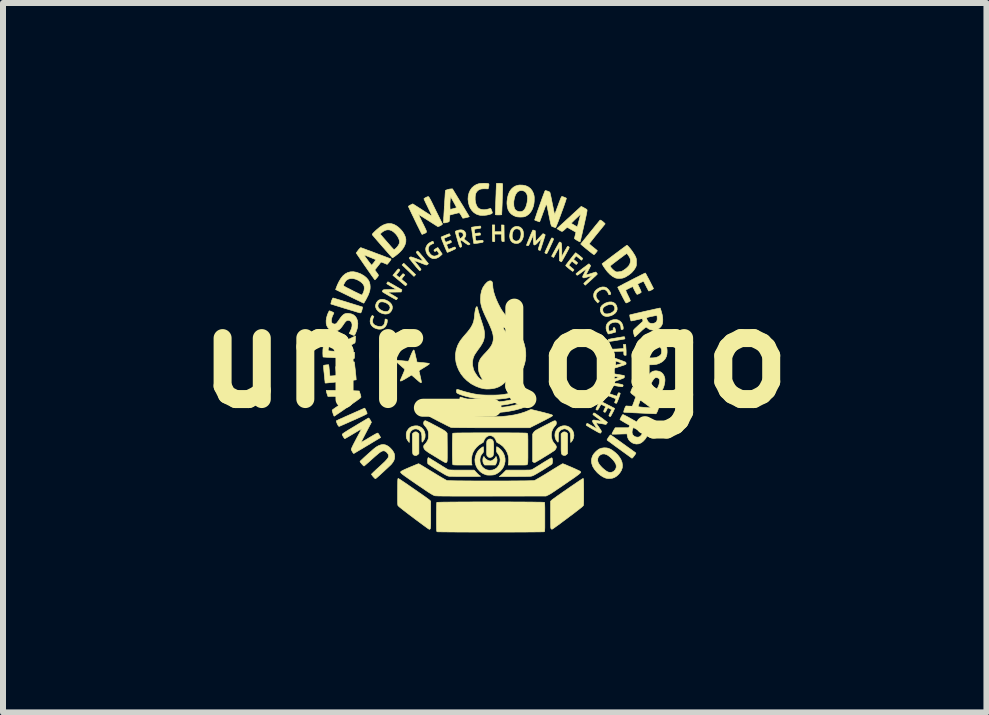
<source format=kicad_pcb>
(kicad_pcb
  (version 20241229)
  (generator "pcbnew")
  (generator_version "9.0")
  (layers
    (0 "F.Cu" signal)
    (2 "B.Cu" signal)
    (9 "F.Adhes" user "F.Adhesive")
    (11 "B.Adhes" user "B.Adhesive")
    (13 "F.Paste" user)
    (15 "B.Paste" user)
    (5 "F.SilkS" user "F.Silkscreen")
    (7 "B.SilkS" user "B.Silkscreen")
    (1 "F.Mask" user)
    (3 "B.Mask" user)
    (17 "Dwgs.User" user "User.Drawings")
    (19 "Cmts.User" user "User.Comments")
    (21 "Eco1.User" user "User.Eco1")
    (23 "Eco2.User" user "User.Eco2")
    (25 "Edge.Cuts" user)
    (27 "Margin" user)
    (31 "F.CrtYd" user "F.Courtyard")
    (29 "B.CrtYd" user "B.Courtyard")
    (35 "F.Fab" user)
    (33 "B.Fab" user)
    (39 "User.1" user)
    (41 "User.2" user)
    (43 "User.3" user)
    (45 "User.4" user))
  (footprint "unr_logo"
    (layer "F.Cu")
    (at 5.196 2.912)
    (property "Reference" "unr_logo" (at 0 0 0) (layer "F.SilkS") (effects (font (size 1.524 1.524) (thickness 0.3))))
    (attr through_hole)
    (fp_poly (pts (xy -1.417 -1.479) (xy -1.318 -1.384) (xy -1.332 -1.37) (xy -1.346 -1.355) (xy -1.445 -1.451) (xy -1.544 -1.546) (xy -1.516 -1.574) (xy -1.417 -1.479)) (stroke (width 0.01) (type solid)) (fill yes) (layer "F.SilkS"))
    (fp_poly (pts (xy 1.187 1.242) (xy 1.199 1.251) (xy 1.214 1.266) (xy 1.214 1.598) (xy 1.197 1.615) (xy 1.177 1.628) (xy 1.155 1.63) (xy 1.135 1.623) (xy 1.127 1.619) (xy 1.121 1.613) (xy 1.116 1.605) (xy 1.112 1.594) (xy 1.11 1.578) (xy 1.108 1.557) (xy 1.107 1.528) (xy 1.107 1.491) (xy 1.107 1.444) (xy 1.107 1.429) (xy 1.106 1.269) (xy 1.123 1.253) (xy 1.143 1.239) (xy 1.165 1.236) (xy 1.187 1.242)) (stroke (width 0.01) (type solid)) (fill yes) (layer "F.SilkS"))
    (fp_poly (pts (xy -1.299 1.239) (xy -1.283 1.251) (xy -1.281 1.253) (xy -1.264 1.269) (xy -1.264 1.598) (xy -1.281 1.615) (xy -1.301 1.628) (xy -1.323 1.631) (xy -1.341 1.626) (xy -1.35 1.622) (xy -1.356 1.617) (xy -1.362 1.61) (xy -1.365 1.6) (xy -1.368 1.586) (xy -1.37 1.565) (xy -1.371 1.538) (xy -1.371 1.502) (xy -1.372 1.457) (xy -1.372 1.432) (xy -1.372 1.269) (xy -1.355 1.253) (xy -1.339 1.24) (xy -1.32 1.236) (xy -1.318 1.236) (xy -1.299 1.239)) (stroke (width 0.01) (type solid)) (fill yes) (layer "F.SilkS"))
    (fp_poly (pts (xy 0.031 1.667) (xy 0.039 1.698) (xy 0.036 1.731) (xy 0.025 1.76) (xy 0.01 1.789) (xy -0.169 1.789) (xy -0.179 1.774) (xy -0.191 1.753) (xy -0.197 1.731) (xy -0.198 1.707) (xy -0.197 1.687) (xy -0.193 1.669) (xy -0.187 1.655) (xy -0.181 1.648) (xy -0.18 1.648) (xy -0.175 1.653) (xy -0.172 1.659) (xy -0.162 1.675) (xy -0.144 1.692) (xy -0.122 1.706) (xy -0.098 1.717) (xy -0.075 1.721) (xy -0.073 1.722) (xy -0.056 1.718) (xy -0.035 1.707) (xy -0.014 1.693) (xy 0.002 1.677) (xy 0.008 1.669) (xy 0.022 1.646) (xy 0.031 1.667)) (stroke (width 0.01) (type solid)) (fill yes) (layer "F.SilkS"))
    (fp_poly (pts (xy 2.186 -0.177) (xy 2.188 -0.149) (xy 2.19 -0.116) (xy 2.19 -0.087) (xy 2.19 -0.04) (xy 2.174 -0.04) (xy 2.16 -0.042) (xy 2.154 -0.048) (xy 2.152 -0.059) (xy 2.151 -0.076) (xy 2.151 -0.083) (xy 2.151 -0.109) (xy 2.033 -0.105) (xy 1.915 -0.101) (xy 1.911 -0.116) (xy 1.91 -0.129) (xy 1.912 -0.136) (xy 1.919 -0.138) (xy 1.935 -0.14) (xy 1.958 -0.142) (xy 1.986 -0.143) (xy 1.998 -0.144) (xy 2.031 -0.145) (xy 2.063 -0.147) (xy 2.092 -0.149) (xy 2.113 -0.15) (xy 2.116 -0.15) (xy 2.152 -0.153) (xy 2.148 -0.187) (xy 2.144 -0.22) (xy 2.183 -0.22) (xy 2.186 -0.177)) (stroke (width 0.01) (type solid)) (fill yes) (layer "F.SilkS"))
    (fp_poly (pts (xy 0.967 -1.992) (xy 0.977 -1.984) (xy 0.981 -1.976) (xy 0.98 -1.975) (xy 0.977 -1.965) (xy 0.969 -1.946) (xy 0.959 -1.923) (xy 0.946 -1.895) (xy 0.932 -1.865) (xy 0.918 -1.834) (xy 0.904 -1.805) (xy 0.891 -1.778) (xy 0.88 -1.757) (xy 0.872 -1.741) (xy 0.867 -1.734) (xy 0.866 -1.733) (xy 0.857 -1.736) (xy 0.848 -1.74) (xy 0.838 -1.746) (xy 0.835 -1.75) (xy 0.838 -1.756) (xy 0.844 -1.771) (xy 0.853 -1.792) (xy 0.865 -1.818) (xy 0.879 -1.848) (xy 0.893 -1.879) (xy 0.907 -1.909) (xy 0.92 -1.938) (xy 0.932 -1.962) (xy 0.941 -1.981) (xy 0.946 -1.992) (xy 0.948 -1.994) (xy 0.956 -1.996) (xy 0.967 -1.992)) (stroke (width 0.01) (type solid)) (fill yes) (layer "F.SilkS"))
    (fp_poly (pts (xy 2.164 -0.345) (xy 2.168 -0.334) (xy 2.17 -0.322) (xy 2.168 -0.314) (xy 2.167 -0.313) (xy 2.161 -0.311) (xy 2.145 -0.308) (xy 2.121 -0.304) (xy 2.093 -0.299) (xy 2.061 -0.294) (xy 2.028 -0.288) (xy 1.996 -0.283) (xy 1.966 -0.278) (xy 1.941 -0.275) (xy 1.922 -0.272) (xy 1.912 -0.271) (xy 1.912 -0.271) (xy 1.9 -0.274) (xy 1.894 -0.286) (xy 1.893 -0.298) (xy 1.895 -0.305) (xy 1.901 -0.307) (xy 1.917 -0.31) (xy 1.94 -0.315) (xy 1.968 -0.32) (xy 2 -0.325) (xy 2.033 -0.331) (xy 2.066 -0.336) (xy 2.097 -0.341) (xy 2.124 -0.346) (xy 2.144 -0.348) (xy 2.157 -0.35) (xy 2.159 -0.35) (xy 2.164 -0.345)) (stroke (width 0.01) (type solid)) (fill yes) (layer "F.SilkS"))
    (fp_poly (pts (xy 0.134 -2.212) (xy 0.155 -2.21) (xy 0.158 -1.936) (xy 0.139 -1.936) (xy 0.126 -1.937) (xy 0.12 -1.942) (xy 0.117 -1.955) (xy 0.117 -1.957) (xy 0.115 -1.974) (xy 0.113 -1.997) (xy 0.113 -2.019) (xy 0.113 -2.06) (xy -0.001 -2.06) (xy 0.001 -1.998) (xy 0.001 -1.973) (xy 0.001 -1.953) (xy 0.000242 -1.94) (xy -0.001 -1.936) (xy -0.009 -1.935) (xy -0.012 -1.934) (xy -0.024 -1.933) (xy -0.03 -1.934) (xy -0.033 -1.936) (xy -0.035 -1.94) (xy -0.037 -1.947) (xy -0.038 -1.959) (xy -0.039 -1.978) (xy -0.039 -2.004) (xy -0.039 -2.039) (xy -0.04 -2.075) (xy -0.04 -2.213) (xy 0 -2.213) (xy 0 -2.1) (xy 0.113 -2.1) (xy 0.113 -2.213) (xy 0.134 -2.212)) (stroke (width 0.01) (type solid)) (fill yes) (layer "F.SilkS"))
    (fp_poly (pts (xy -0.049 1.362) (xy -0.046 1.364) (xy -0.036 1.372) (xy -0.029 1.383) (xy -0.024 1.397) (xy -0.02 1.417) (xy -0.018 1.443) (xy -0.017 1.478) (xy -0.017 1.51) (xy -0.017 1.553) (xy -0.019 1.585) (xy -0.021 1.609) (xy -0.025 1.627) (xy -0.032 1.64) (xy -0.041 1.649) (xy -0.052 1.656) (xy -0.053 1.656) (xy -0.071 1.663) (xy -0.085 1.664) (xy -0.099 1.66) (xy -0.111 1.652) (xy -0.123 1.64) (xy -0.123 1.639) (xy -0.128 1.634) (xy -0.131 1.627) (xy -0.133 1.618) (xy -0.134 1.604) (xy -0.135 1.585) (xy -0.135 1.559) (xy -0.135 1.523) (xy -0.135 1.512) (xy -0.135 1.47) (xy -0.135 1.438) (xy -0.133 1.414) (xy -0.132 1.398) (xy -0.129 1.387) (xy -0.127 1.384) (xy -0.113 1.367) (xy -0.093 1.357) (xy -0.07 1.355) (xy -0.049 1.362)) (stroke (width 0.01) (type solid)) (fill yes) (layer "F.SilkS"))
    (fp_poly (pts (xy -2.688 -0.994) (xy -2.672 -0.989) (xy -2.648 -0.982) (xy -2.617 -0.972) (xy -2.58 -0.961) (xy -2.54 -0.949) (xy -2.497 -0.936) (xy -2.452 -0.922) (xy -2.408 -0.908) (xy -2.365 -0.895) (xy -2.324 -0.882) (xy -2.287 -0.871) (xy -2.255 -0.861) (xy -2.229 -0.853) (xy -2.212 -0.847) (xy -2.203 -0.845) (xy -2.203 -0.844) (xy -2.203 -0.838) (xy -2.206 -0.824) (xy -2.21 -0.806) (xy -2.215 -0.787) (xy -2.221 -0.77) (xy -2.225 -0.759) (xy -2.233 -0.749) (xy -2.24 -0.746) (xy -2.247 -0.747) (xy -2.264 -0.752) (xy -2.29 -0.759) (xy -2.322 -0.769) (xy -2.361 -0.781) (xy -2.405 -0.794) (xy -2.453 -0.809) (xy -2.491 -0.82) (xy -2.732 -0.895) (xy -2.728 -0.914) (xy -2.724 -0.932) (xy -2.718 -0.951) (xy -2.71 -0.97) (xy -2.703 -0.986) (xy -2.697 -0.994) (xy -2.695 -0.995) (xy -2.688 -0.994)) (stroke (width 0.01) (type solid)) (fill yes) (layer "F.SilkS"))
    (fp_poly (pts (xy -0.569 0.658) (xy -0.554 0.662) (xy -0.534 0.668) (xy -0.523 0.672) (xy -0.416 0.703) (xy -0.304 0.725) (xy -0.188 0.738) (xy -0.07 0.742) (xy 0.048 0.738) (xy 0.165 0.724) (xy 0.279 0.702) (xy 0.387 0.672) (xy 0.412 0.663) (xy 0.43 0.658) (xy 0.441 0.66) (xy 0.445 0.67) (xy 0.445 0.686) (xy 0.443 0.7) (xy 0.437 0.709) (xy 0.425 0.717) (xy 0.418 0.721) (xy 0.395 0.73) (xy 0.364 0.74) (xy 0.326 0.751) (xy 0.285 0.761) (xy 0.243 0.771) (xy 0.203 0.779) (xy 0.115 0.791) (xy 0.021 0.798) (xy -0.077 0.801) (xy -0.173 0.798) (xy -0.212 0.795) (xy -0.283 0.788) (xy -0.354 0.776) (xy -0.423 0.762) (xy -0.486 0.745) (xy -0.537 0.727) (xy -0.581 0.71) (xy -0.581 0.686) (xy -0.58 0.67) (xy -0.578 0.66) (xy -0.577 0.658) (xy -0.569 0.658)) (stroke (width 0.01) (type solid)) (fill yes) (layer "F.SilkS"))
    (fp_poly (pts (xy 1.936 1.29) (xy 1.949 1.299) (xy 1.969 1.313) (xy 1.995 1.331) (xy 2.025 1.353) (xy 2.059 1.377) (xy 2.096 1.403) (xy 2.134 1.431) (xy 2.172 1.458) (xy 2.209 1.485) (xy 2.245 1.51) (xy 2.277 1.533) (xy 2.305 1.554) (xy 2.328 1.57) (xy 2.344 1.582) (xy 2.353 1.589) (xy 2.353 1.589) (xy 2.351 1.595) (xy 2.345 1.606) (xy 2.335 1.622) (xy 2.323 1.638) (xy 2.312 1.652) (xy 2.303 1.663) (xy 2.302 1.664) (xy 2.288 1.676) (xy 2.083 1.527) (xy 2.04 1.496) (xy 2 1.467) (xy 1.964 1.44) (xy 1.933 1.417) (xy 1.907 1.398) (xy 1.888 1.384) (xy 1.876 1.375) (xy 1.873 1.372) (xy 1.874 1.366) (xy 1.88 1.354) (xy 1.89 1.338) (xy 1.902 1.32) (xy 1.913 1.305) (xy 1.923 1.293) (xy 1.93 1.287) (xy 1.93 1.287) (xy 1.936 1.29)) (stroke (width 0.01) (type solid)) (fill yes) (layer "F.SilkS"))
    (fp_poly (pts (xy -2.027 -0.696) (xy -2.014 -0.686) (xy -2.027 -0.658) (xy -2.035 -0.628) (xy -2.036 -0.6) (xy -2.029 -0.574) (xy -2.02 -0.561) (xy -1.997 -0.542) (xy -1.967 -0.529) (xy -1.935 -0.521) (xy -1.903 -0.519) (xy -1.878 -0.525) (xy -1.858 -0.538) (xy -1.842 -0.56) (xy -1.833 -0.59) (xy -1.83 -0.607) (xy -1.827 -0.644) (xy -1.81 -0.642) (xy -1.798 -0.64) (xy -1.793 -0.634) (xy -1.79 -0.62) (xy -1.79 -0.619) (xy -1.793 -0.586) (xy -1.803 -0.552) (xy -1.821 -0.521) (xy -1.831 -0.51) (xy -1.859 -0.489) (xy -1.892 -0.477) (xy -1.929 -0.475) (xy -1.96 -0.48) (xy -1.999 -0.494) (xy -2.032 -0.515) (xy -2.056 -0.541) (xy -2.072 -0.572) (xy -2.077 -0.607) (xy -2.077 -0.607) (xy -2.075 -0.627) (xy -2.069 -0.651) (xy -2.061 -0.674) (xy -2.052 -0.692) (xy -2.05 -0.694) (xy -2.042 -0.702) (xy -2.036 -0.703) (xy -2.027 -0.696)) (stroke (width 0.01) (type solid)) (fill yes) (layer "F.SilkS"))
    (fp_poly (pts (xy 1.829 -1.178) (xy 1.855 -1.171) (xy 1.872 -1.159) (xy 1.889 -1.143) (xy 1.905 -1.124) (xy 1.919 -1.104) (xy 1.929 -1.085) (xy 1.934 -1.069) (xy 1.932 -1.058) (xy 1.93 -1.055) (xy 1.916 -1.05) (xy 1.904 -1.051) (xy 1.897 -1.057) (xy 1.897 -1.06) (xy 1.894 -1.07) (xy 1.886 -1.086) (xy 1.88 -1.097) (xy 1.859 -1.121) (xy 1.834 -1.135) (xy 1.806 -1.138) (xy 1.774 -1.131) (xy 1.746 -1.118) (xy 1.717 -1.097) (xy 1.698 -1.073) (xy 1.689 -1.044) (xy 1.689 -1.042) (xy 1.691 -1.014) (xy 1.703 -0.987) (xy 1.722 -0.963) (xy 1.728 -0.958) (xy 1.745 -0.944) (xy 1.732 -0.929) (xy 1.718 -0.913) (xy 1.691 -0.942) (xy 1.669 -0.969) (xy 1.656 -0.994) (xy 1.649 -1.02) (xy 1.648 -1.039) (xy 1.652 -1.069) (xy 1.663 -1.096) (xy 1.683 -1.121) (xy 1.691 -1.129) (xy 1.724 -1.154) (xy 1.759 -1.171) (xy 1.795 -1.179) (xy 1.829 -1.178)) (stroke (width 0.01) (type solid)) (fill yes) (layer "F.SilkS"))
    (fp_poly (pts (xy -1.599 -1.478) (xy -1.594 -1.475) (xy -1.594 -1.475) (xy -1.584 -1.466) (xy -1.581 -1.46) (xy -1.584 -1.453) (xy -1.593 -1.44) (xy -1.606 -1.423) (xy -1.611 -1.417) (xy -1.642 -1.38) (xy -1.618 -1.359) (xy -1.604 -1.348) (xy -1.593 -1.34) (xy -1.588 -1.338) (xy -1.582 -1.342) (xy -1.571 -1.353) (xy -1.558 -1.368) (xy -1.557 -1.369) (xy -1.544 -1.384) (xy -1.534 -1.395) (xy -1.529 -1.4) (xy -1.529 -1.4) (xy -1.522 -1.397) (xy -1.512 -1.389) (xy -1.499 -1.379) (xy -1.526 -1.346) (xy -1.538 -1.33) (xy -1.548 -1.317) (xy -1.552 -1.31) (xy -1.552 -1.309) (xy -1.548 -1.304) (xy -1.537 -1.293) (xy -1.521 -1.279) (xy -1.507 -1.268) (xy -1.488 -1.252) (xy -1.473 -1.238) (xy -1.464 -1.229) (xy -1.462 -1.226) (xy -1.466 -1.219) (xy -1.475 -1.209) (xy -1.487 -1.198) (xy -1.592 -1.285) (xy -1.698 -1.373) (xy -1.652 -1.428) (xy -1.633 -1.451) (xy -1.62 -1.466) (xy -1.611 -1.475) (xy -1.605 -1.479) (xy -1.599 -1.478)) (stroke (width 0.01) (type solid)) (fill yes) (layer "F.SilkS"))
    (fp_poly (pts (xy 0.086 -2.907) (xy 0.105 -2.906) (xy 0.12 -2.904) (xy 0.128 -2.902) (xy 0.13 -2.899) (xy 0.131 -2.892) (xy 0.132 -2.879) (xy 0.132 -2.861) (xy 0.132 -2.835) (xy 0.132 -2.802) (xy 0.13 -2.76) (xy 0.129 -2.708) (xy 0.127 -2.647) (xy 0.126 -2.641) (xy 0.125 -2.589) (xy 0.123 -2.54) (xy 0.121 -2.495) (xy 0.12 -2.457) (xy 0.118 -2.425) (xy 0.117 -2.402) (xy 0.117 -2.388) (xy 0.117 -2.384) (xy 0.11 -2.382) (xy 0.095 -2.381) (xy 0.076 -2.38) (xy 0.057 -2.38) (xy 0.041 -2.38) (xy 0.035 -2.38) (xy 0.011 -2.383) (xy 0.011 -2.426) (xy 0.012 -2.442) (xy 0.012 -2.467) (xy 0.013 -2.5) (xy 0.015 -2.54) (xy 0.016 -2.585) (xy 0.018 -2.634) (xy 0.02 -2.684) (xy 0.02 -2.684) (xy 0.022 -2.732) (xy 0.023 -2.777) (xy 0.025 -2.816) (xy 0.026 -2.85) (xy 0.027 -2.877) (xy 0.028 -2.894) (xy 0.028 -2.902) (xy 0.028 -2.903) (xy 0.033 -2.905) (xy 0.047 -2.906) (xy 0.065 -2.907) (xy 0.086 -2.907)) (stroke (width 0.01) (type solid)) (fill yes) (layer "F.SilkS"))
    (fp_poly (pts (xy 1.206 1.14) (xy 1.24 1.155) (xy 1.271 1.179) (xy 1.28 1.188) (xy 1.303 1.222) (xy 1.316 1.259) (xy 1.32 1.298) (xy 1.314 1.337) (xy 1.298 1.373) (xy 1.286 1.391) (xy 1.267 1.414) (xy 1.264 1.334) (xy 1.263 1.302) (xy 1.262 1.28) (xy 1.26 1.263) (xy 1.257 1.252) (xy 1.252 1.242) (xy 1.246 1.232) (xy 1.227 1.211) (xy 1.201 1.195) (xy 1.174 1.186) (xy 1.162 1.185) (xy 1.138 1.19) (xy 1.112 1.2) (xy 1.09 1.215) (xy 1.086 1.22) (xy 1.076 1.232) (xy 1.069 1.246) (xy 1.065 1.265) (xy 1.062 1.289) (xy 1.061 1.321) (xy 1.061 1.335) (xy 1.061 1.362) (xy 1.06 1.385) (xy 1.058 1.401) (xy 1.056 1.408) (xy 1.056 1.408) (xy 1.05 1.406) (xy 1.041 1.397) (xy 1.036 1.391) (xy 1.016 1.359) (xy 1.006 1.325) (xy 1.003 1.292) (xy 1.007 1.252) (xy 1.021 1.217) (xy 1.042 1.187) (xy 1.068 1.163) (xy 1.1 1.146) (xy 1.134 1.136) (xy 1.17 1.134) (xy 1.206 1.14)) (stroke (width 0.01) (type solid)) (fill yes) (layer "F.SilkS"))
    (fp_poly (pts (xy -2.163 0.846) (xy -2.157 0.858) (xy -2.148 0.875) (xy -2.14 0.894) (xy -2.132 0.911) (xy -2.128 0.925) (xy -2.127 0.928) (xy -2.128 0.931) (xy -2.132 0.935) (xy -2.14 0.941) (xy -2.153 0.948) (xy -2.171 0.957) (xy -2.196 0.969) (xy -2.228 0.984) (xy -2.268 1.002) (xy -2.318 1.025) (xy -2.357 1.042) (xy -2.405 1.063) (xy -2.449 1.083) (xy -2.49 1.101) (xy -2.526 1.117) (xy -2.555 1.129) (xy -2.577 1.139) (xy -2.591 1.144) (xy -2.595 1.146) (xy -2.601 1.141) (xy -2.61 1.13) (xy -2.612 1.127) (xy -2.621 1.111) (xy -2.629 1.092) (xy -2.636 1.073) (xy -2.64 1.059) (xy -2.64 1.052) (xy -2.64 1.052) (xy -2.634 1.049) (xy -2.619 1.042) (xy -2.597 1.031) (xy -2.568 1.018) (xy -2.533 1.003) (xy -2.495 0.985) (xy -2.454 0.967) (xy -2.411 0.948) (xy -2.368 0.929) (xy -2.326 0.91) (xy -2.287 0.893) (xy -2.251 0.877) (xy -2.22 0.863) (xy -2.195 0.852) (xy -2.177 0.845) (xy -2.168 0.841) (xy -2.167 0.841) (xy -2.163 0.846)) (stroke (width 0.01) (type solid)) (fill yes) (layer "F.SilkS"))
    (fp_poly (pts (xy -1.837 -0.968) (xy -1.799 -0.954) (xy -1.764 -0.934) (xy -1.734 -0.908) (xy -1.715 -0.88) (xy -1.706 -0.849) (xy -1.708 -0.817) (xy -1.713 -0.8) (xy -1.731 -0.768) (xy -1.755 -0.744) (xy -1.785 -0.731) (xy -1.821 -0.727) (xy -1.841 -0.729) (xy -1.88 -0.739) (xy -1.915 -0.755) (xy -1.945 -0.778) (xy -1.968 -0.804) (xy -1.982 -0.833) (xy -1.987 -0.861) (xy -1.987 -0.861) (xy -1.947 -0.861) (xy -1.942 -0.839) (xy -1.928 -0.819) (xy -1.906 -0.8) (xy -1.88 -0.785) (xy -1.852 -0.774) (xy -1.823 -0.769) (xy -1.796 -0.77) (xy -1.778 -0.776) (xy -1.764 -0.788) (xy -1.752 -0.807) (xy -1.745 -0.828) (xy -1.744 -0.835) (xy -1.75 -0.859) (xy -1.766 -0.882) (xy -1.791 -0.903) (xy -1.818 -0.917) (xy -1.846 -0.927) (xy -1.874 -0.931) (xy -1.899 -0.93) (xy -1.918 -0.923) (xy -1.934 -0.905) (xy -1.945 -0.881) (xy -1.947 -0.861) (xy -1.987 -0.861) (xy -1.982 -0.89) (xy -1.97 -0.919) (xy -1.951 -0.944) (xy -1.936 -0.957) (xy -1.907 -0.97) (xy -1.874 -0.973) (xy -1.837 -0.968)) (stroke (width 0.01) (type solid)) (fill yes) (layer "F.SilkS"))
    (fp_poly (pts (xy 0.39 -2.187) (xy 0.422 -2.176) (xy 0.447 -2.157) (xy 0.464 -2.135) (xy 0.474 -2.108) (xy 0.479 -2.075) (xy 0.48 -2.057) (xy 0.476 -2.014) (xy 0.464 -1.977) (xy 0.446 -1.946) (xy 0.423 -1.923) (xy 0.395 -1.908) (xy 0.363 -1.903) (xy 0.329 -1.908) (xy 0.32 -1.91) (xy 0.29 -1.926) (xy 0.269 -1.95) (xy 0.255 -1.982) (xy 0.249 -2.021) (xy 0.249 -2.022) (xy 0.291 -2.022) (xy 0.295 -1.994) (xy 0.301 -1.977) (xy 0.317 -1.958) (xy 0.339 -1.946) (xy 0.363 -1.943) (xy 0.386 -1.949) (xy 0.406 -1.963) (xy 0.408 -1.964) (xy 0.422 -1.987) (xy 0.433 -2.016) (xy 0.438 -2.048) (xy 0.438 -2.079) (xy 0.433 -2.106) (xy 0.426 -2.12) (xy 0.409 -2.137) (xy 0.387 -2.146) (xy 0.362 -2.148) (xy 0.338 -2.143) (xy 0.324 -2.133) (xy 0.309 -2.113) (xy 0.299 -2.085) (xy 0.292 -2.054) (xy 0.291 -2.022) (xy 0.249 -2.022) (xy 0.25 -2.045) (xy 0.257 -2.09) (xy 0.271 -2.128) (xy 0.292 -2.157) (xy 0.32 -2.177) (xy 0.325 -2.179) (xy 0.357 -2.189) (xy 0.39 -2.187)) (stroke (width 0.01) (type solid)) (fill yes) (layer "F.SilkS"))
    (fp_poly (pts (xy -1.665 -1.2) (xy -1.633 -1.181) (xy -1.603 -1.164) (xy -1.579 -1.15) (xy -1.56 -1.14) (xy -1.55 -1.133) (xy -1.547 -1.132) (xy -1.548 -1.125) (xy -1.552 -1.113) (xy -1.552 -1.112) (xy -1.559 -1.095) (xy -1.785 -1.092) (xy -1.702 -1.045) (xy -1.675 -1.029) (xy -1.652 -1.015) (xy -1.634 -1.004) (xy -1.623 -0.997) (xy -1.62 -0.994) (xy -1.623 -0.987) (xy -1.63 -0.976) (xy -1.637 -0.968) (xy -1.641 -0.966) (xy -1.647 -0.968) (xy -1.661 -0.976) (xy -1.683 -0.988) (xy -1.709 -1.002) (xy -1.74 -1.02) (xy -1.758 -1.03) (xy -1.79 -1.049) (xy -1.819 -1.066) (xy -1.843 -1.08) (xy -1.861 -1.092) (xy -1.871 -1.099) (xy -1.873 -1.101) (xy -1.872 -1.109) (xy -1.866 -1.12) (xy -1.863 -1.125) (xy -1.859 -1.129) (xy -1.852 -1.131) (xy -1.842 -1.133) (xy -1.826 -1.134) (xy -1.803 -1.135) (xy -1.772 -1.135) (xy -1.747 -1.136) (xy -1.638 -1.137) (xy -1.717 -1.183) (xy -1.744 -1.199) (xy -1.768 -1.213) (xy -1.786 -1.224) (xy -1.797 -1.232) (xy -1.799 -1.234) (xy -1.797 -1.242) (xy -1.791 -1.253) (xy -1.78 -1.265) (xy -1.665 -1.2)) (stroke (width 0.01) (type solid)) (fill yes) (layer "F.SilkS"))
    (fp_poly (pts (xy -1.288 1.136) (xy -1.257 1.145) (xy -1.228 1.161) (xy -1.211 1.174) (xy -1.185 1.204) (xy -1.168 1.239) (xy -1.16 1.28) (xy -1.16 1.293) (xy -1.161 1.317) (xy -1.163 1.335) (xy -1.169 1.351) (xy -1.176 1.364) (xy -1.187 1.382) (xy -1.197 1.397) (xy -1.203 1.403) (xy -1.208 1.407) (xy -1.211 1.407) (xy -1.212 1.401) (xy -1.213 1.389) (xy -1.214 1.368) (xy -1.214 1.348) (xy -1.214 1.311) (xy -1.217 1.282) (xy -1.221 1.259) (xy -1.229 1.241) (xy -1.24 1.225) (xy -1.246 1.219) (xy -1.271 1.198) (xy -1.3 1.188) (xy -1.331 1.187) (xy -1.36 1.196) (xy -1.379 1.209) (xy -1.394 1.222) (xy -1.404 1.235) (xy -1.412 1.251) (xy -1.417 1.271) (xy -1.42 1.298) (xy -1.422 1.334) (xy -1.422 1.338) (xy -1.425 1.414) (xy -1.44 1.394) (xy -1.458 1.368) (xy -1.469 1.346) (xy -1.474 1.322) (xy -1.475 1.293) (xy -1.475 1.293) (xy -1.475 1.267) (xy -1.471 1.248) (xy -1.465 1.23) (xy -1.461 1.222) (xy -1.437 1.186) (xy -1.408 1.16) (xy -1.372 1.144) (xy -1.33 1.136) (xy -1.326 1.136) (xy -1.288 1.136)) (stroke (width 0.01) (type solid)) (fill yes) (layer "F.SilkS"))
    (fp_poly (pts (xy 1.762 -2.293) (xy 1.775 -2.287) (xy 1.791 -2.277) (xy 1.808 -2.263) (xy 1.824 -2.249) (xy 1.825 -2.248) (xy 1.841 -2.231) (xy 1.708 -2.067) (xy 1.678 -2.03) (xy 1.65 -1.995) (xy 1.626 -1.964) (xy 1.605 -1.938) (xy 1.589 -1.918) (xy 1.579 -1.904) (xy 1.575 -1.898) (xy 1.575 -1.898) (xy 1.579 -1.893) (xy 1.591 -1.883) (xy 1.608 -1.868) (xy 1.63 -1.85) (xy 1.643 -1.84) (xy 1.666 -1.821) (xy 1.686 -1.805) (xy 1.701 -1.792) (xy 1.709 -1.784) (xy 1.71 -1.782) (xy 1.707 -1.776) (xy 1.698 -1.764) (xy 1.686 -1.749) (xy 1.674 -1.735) (xy 1.663 -1.723) (xy 1.656 -1.718) (xy 1.656 -1.718) (xy 1.65 -1.72) (xy 1.636 -1.729) (xy 1.617 -1.743) (xy 1.593 -1.762) (xy 1.566 -1.783) (xy 1.554 -1.793) (xy 1.525 -1.816) (xy 1.499 -1.838) (xy 1.476 -1.857) (xy 1.458 -1.871) (xy 1.448 -1.881) (xy 1.446 -1.882) (xy 1.433 -1.895) (xy 1.592 -2.092) (xy 1.625 -2.133) (xy 1.656 -2.171) (xy 1.684 -2.206) (xy 1.709 -2.236) (xy 1.729 -2.261) (xy 1.744 -2.279) (xy 1.753 -2.29) (xy 1.756 -2.294) (xy 1.762 -2.293)) (stroke (width 0.01) (type solid)) (fill yes) (layer "F.SilkS"))
    (fp_poly (pts (xy 1.012 1.052) (xy 1.022 1.061) (xy 1.027 1.079) (xy 1.027 1.088) (xy 1.026 1.102) (xy 1.023 1.114) (xy 1.014 1.127) (xy 0.999 1.144) (xy 0.972 1.182) (xy 0.953 1.225) (xy 0.944 1.271) (xy 0.945 1.319) (xy 0.956 1.365) (xy 0.966 1.391) (xy 0.977 1.407) (xy 0.991 1.426) (xy 1.002 1.439) (xy 1.02 1.463) (xy 1.028 1.485) (xy 1.024 1.507) (xy 1.01 1.531) (xy 1 1.543) (xy 0.992 1.549) (xy 0.976 1.56) (xy 0.952 1.575) (xy 0.924 1.594) (xy 0.892 1.614) (xy 0.857 1.635) (xy 0.821 1.657) (xy 0.786 1.679) (xy 0.753 1.699) (xy 0.723 1.716) (xy 0.699 1.731) (xy 0.68 1.741) (xy 0.669 1.746) (xy 0.669 1.746) (xy 0.655 1.746) (xy 0.645 1.741) (xy 0.632 1.732) (xy 0.632 1.274) (xy 0.646 1.249) (xy 0.663 1.228) (xy 0.684 1.212) (xy 0.685 1.211) (xy 0.706 1.199) (xy 0.734 1.184) (xy 0.766 1.167) (xy 0.8 1.149) (xy 0.836 1.13) (xy 0.872 1.112) (xy 0.906 1.095) (xy 0.936 1.079) (xy 0.962 1.066) (xy 0.981 1.057) (xy 0.993 1.052) (xy 0.995 1.052) (xy 1.012 1.052)) (stroke (width 0.01) (type solid)) (fill yes) (layer "F.SilkS"))
    (fp_poly (pts (xy 1.818 0.569) (xy 1.834 0.573) (xy 1.856 0.58) (xy 1.884 0.589) (xy 1.917 0.601) (xy 1.925 0.604) (xy 1.958 0.616) (xy 1.987 0.626) (xy 2.011 0.634) (xy 2.028 0.639) (xy 2.037 0.64) (xy 2.037 0.64) (xy 2.041 0.632) (xy 2.048 0.618) (xy 2.051 0.608) (xy 2.058 0.592) (xy 2.064 0.585) (xy 2.07 0.584) (xy 2.073 0.585) (xy 2.086 0.59) (xy 2.091 0.593) (xy 2.091 0.6) (xy 2.087 0.614) (xy 2.08 0.635) (xy 2.072 0.659) (xy 2.063 0.685) (xy 2.053 0.71) (xy 2.044 0.732) (xy 2.036 0.749) (xy 2.031 0.759) (xy 2.029 0.76) (xy 2.02 0.759) (xy 2.011 0.756) (xy 2.003 0.753) (xy 1.999 0.749) (xy 2 0.742) (xy 2.005 0.729) (xy 2.01 0.716) (xy 2.016 0.698) (xy 2.017 0.687) (xy 2.015 0.683) (xy 2.007 0.68) (xy 1.991 0.673) (xy 1.968 0.664) (xy 1.94 0.653) (xy 1.908 0.641) (xy 1.904 0.64) (xy 1.868 0.627) (xy 1.842 0.617) (xy 1.824 0.609) (xy 1.812 0.603) (xy 1.805 0.598) (xy 1.803 0.594) (xy 1.803 0.59) (xy 1.804 0.587) (xy 1.808 0.574) (xy 1.812 0.568) (xy 1.818 0.569)) (stroke (width 0.01) (type solid)) (fill yes) (layer "F.SilkS"))
    (fp_poly (pts (xy 1.95 -0.929) (xy 1.982 -0.919) (xy 2.008 -0.901) (xy 2.027 -0.874) (xy 2.039 -0.839) (xy 2.041 -0.806) (xy 2.032 -0.775) (xy 2.013 -0.747) (xy 1.983 -0.723) (xy 1.955 -0.707) (xy 1.934 -0.699) (xy 1.911 -0.693) (xy 1.889 -0.688) (xy 1.872 -0.686) (xy 1.865 -0.686) (xy 1.857 -0.688) (xy 1.842 -0.691) (xy 1.839 -0.691) (xy 1.813 -0.701) (xy 1.792 -0.719) (xy 1.775 -0.743) (xy 1.764 -0.772) (xy 1.76 -0.795) (xy 1.8 -0.795) (xy 1.805 -0.768) (xy 1.82 -0.746) (xy 1.835 -0.735) (xy 1.853 -0.73) (xy 1.877 -0.73) (xy 1.904 -0.734) (xy 1.93 -0.742) (xy 1.938 -0.745) (xy 1.969 -0.764) (xy 1.99 -0.785) (xy 2.001 -0.809) (xy 2 -0.835) (xy 1.996 -0.848) (xy 1.982 -0.87) (xy 1.96 -0.884) (xy 1.933 -0.889) (xy 1.902 -0.885) (xy 1.866 -0.872) (xy 1.86 -0.869) (xy 1.832 -0.853) (xy 1.813 -0.837) (xy 1.803 -0.82) (xy 1.8 -0.8) (xy 1.8 -0.795) (xy 1.76 -0.795) (xy 1.759 -0.801) (xy 1.763 -0.83) (xy 1.769 -0.845) (xy 1.787 -0.87) (xy 1.814 -0.892) (xy 1.847 -0.911) (xy 1.884 -0.924) (xy 1.912 -0.929) (xy 1.95 -0.929)) (stroke (width 0.01) (type solid)) (fill yes) (layer "F.SilkS"))
    (fp_poly (pts (xy 0.564 0.728) (xy 0.567 0.743) (xy 0.568 0.761) (xy 0.566 0.776) (xy 0.565 0.781) (xy 0.555 0.793) (xy 0.535 0.806) (xy 0.507 0.82) (xy 0.471 0.834) (xy 0.429 0.848) (xy 0.382 0.861) (xy 0.332 0.874) (xy 0.278 0.885) (xy 0.224 0.895) (xy 0.17 0.903) (xy 0.146 0.905) (xy 0.084 0.911) (xy 0.016 0.915) (xy -0.052 0.917) (xy -0.118 0.917) (xy -0.177 0.915) (xy -0.183 0.914) (xy -0.217 0.912) (xy -0.253 0.909) (xy -0.285 0.906) (xy -0.308 0.903) (xy -0.357 0.896) (xy -0.407 0.887) (xy -0.458 0.876) (xy -0.507 0.864) (xy -0.554 0.85) (xy -0.596 0.837) (xy -0.633 0.823) (xy -0.664 0.81) (xy -0.686 0.798) (xy -0.699 0.786) (xy -0.7 0.784) (xy -0.703 0.771) (xy -0.704 0.753) (xy -0.702 0.736) (xy -0.697 0.724) (xy -0.696 0.722) (xy -0.689 0.722) (xy -0.674 0.726) (xy -0.655 0.732) (xy -0.65 0.734) (xy -0.541 0.772) (xy -0.426 0.801) (xy -0.304 0.822) (xy -0.177 0.834) (xy -0.068 0.837) (xy 0.065 0.832) (xy 0.192 0.819) (xy 0.314 0.796) (xy 0.429 0.764) (xy 0.505 0.737) (xy 0.527 0.729) (xy 0.545 0.723) (xy 0.557 0.72) (xy 0.56 0.72) (xy 0.564 0.728)) (stroke (width 0.01) (type solid)) (fill yes) (layer "F.SilkS"))
    (fp_poly (pts (xy 0.495 0.527) (xy 0.497 0.534) (xy 0.5 0.547) (xy 0.501 0.551) (xy 0.501 0.567) (xy 0.496 0.58) (xy 0.485 0.591) (xy 0.466 0.602) (xy 0.438 0.614) (xy 0.429 0.617) (xy 0.348 0.643) (xy 0.259 0.664) (xy 0.163 0.68) (xy 0.09 0.688) (xy 0.048 0.691) (xy -0.001 0.693) (xy -0.055 0.693) (xy -0.111 0.693) (xy -0.165 0.692) (xy -0.214 0.689) (xy -0.255 0.686) (xy -0.257 0.686) (xy -0.333 0.675) (xy -0.409 0.661) (xy -0.481 0.644) (xy -0.547 0.624) (xy -0.595 0.606) (xy -0.617 0.596) (xy -0.629 0.588) (xy -0.635 0.579) (xy -0.637 0.567) (xy -0.638 0.559) (xy -0.637 0.543) (xy -0.634 0.533) (xy -0.627 0.529) (xy -0.615 0.53) (xy -0.595 0.536) (xy -0.569 0.544) (xy -0.521 0.56) (xy -0.466 0.575) (xy -0.407 0.59) (xy -0.347 0.603) (xy -0.291 0.612) (xy -0.285 0.613) (xy -0.248 0.618) (xy -0.202 0.621) (xy -0.151 0.623) (xy -0.096 0.624) (xy -0.04 0.624) (xy 0.015 0.623) (xy 0.066 0.621) (xy 0.11 0.618) (xy 0.146 0.614) (xy 0.147 0.613) (xy 0.255 0.594) (xy 0.356 0.568) (xy 0.417 0.549) (xy 0.444 0.541) (xy 0.467 0.533) (xy 0.485 0.529) (xy 0.494 0.527) (xy 0.495 0.527)) (stroke (width 0.01) (type solid)) (fill yes) (layer "F.SilkS"))
    (fp_poly (pts (xy 0.955 1.673) (xy 0.96 1.686) (xy 0.963 1.704) (xy 0.964 1.725) (xy 0.962 1.746) (xy 0.958 1.764) (xy 0.952 1.774) (xy 0.946 1.779) (xy 0.931 1.789) (xy 0.909 1.803) (xy 0.881 1.821) (xy 0.848 1.842) (xy 0.812 1.865) (xy 0.792 1.877) (xy 0.749 1.903) (xy 0.714 1.924) (xy 0.687 1.94) (xy 0.665 1.952) (xy 0.648 1.961) (xy 0.635 1.967) (xy 0.623 1.971) (xy 0.613 1.974) (xy 0.602 1.976) (xy 0.6 1.976) (xy 0.586 1.977) (xy 0.562 1.978) (xy 0.53 1.979) (xy 0.491 1.98) (xy 0.446 1.98) (xy 0.397 1.98) (xy 0.345 1.981) (xy 0.319 1.981) (xy 0.076 1.981) (xy 0.093 1.968) (xy 0.104 1.959) (xy 0.121 1.944) (xy 0.14 1.926) (xy 0.15 1.915) (xy 0.191 1.874) (xy 0.398 1.874) (xy 0.452 1.874) (xy 0.497 1.874) (xy 0.533 1.873) (xy 0.56 1.873) (xy 0.582 1.872) (xy 0.597 1.871) (xy 0.608 1.869) (xy 0.616 1.867) (xy 0.622 1.865) (xy 0.623 1.865) (xy 0.632 1.859) (xy 0.649 1.849) (xy 0.674 1.834) (xy 0.703 1.816) (xy 0.737 1.795) (xy 0.774 1.772) (xy 0.789 1.762) (xy 0.826 1.739) (xy 0.861 1.718) (xy 0.891 1.7) (xy 0.916 1.685) (xy 0.934 1.675) (xy 0.945 1.669) (xy 0.947 1.669) (xy 0.955 1.673)) (stroke (width 0.01) (type solid)) (fill yes) (layer "F.SilkS"))
    (fp_poly (pts (xy -0.132 -2.906) (xy -0.114 -2.903) (xy -0.102 -2.9) (xy -0.097 -2.893) (xy -0.096 -2.879) (xy -0.098 -2.86) (xy -0.103 -2.839) (xy -0.104 -2.837) (xy -0.11 -2.814) (xy -0.162 -2.816) (xy -0.2 -2.815) (xy -0.231 -2.811) (xy -0.256 -2.802) (xy -0.277 -2.789) (xy -0.279 -2.787) (xy -0.301 -2.765) (xy -0.315 -2.739) (xy -0.323 -2.706) (xy -0.326 -2.677) (xy -0.326 -2.63) (xy -0.319 -2.585) (xy -0.307 -2.546) (xy -0.291 -2.515) (xy -0.276 -2.497) (xy -0.25 -2.48) (xy -0.217 -2.47) (xy -0.179 -2.466) (xy -0.139 -2.47) (xy -0.106 -2.478) (xy -0.088 -2.484) (xy -0.074 -2.488) (xy -0.069 -2.489) (xy -0.065 -2.484) (xy -0.059 -2.472) (xy -0.053 -2.456) (xy -0.046 -2.439) (xy -0.041 -2.425) (xy -0.04 -2.416) (xy -0.045 -2.406) (xy -0.06 -2.397) (xy -0.082 -2.389) (xy -0.109 -2.382) (xy -0.14 -2.376) (xy -0.173 -2.373) (xy -0.206 -2.372) (xy -0.236 -2.373) (xy -0.261 -2.377) (xy -0.306 -2.393) (xy -0.347 -2.419) (xy -0.381 -2.454) (xy -0.409 -2.496) (xy -0.424 -2.531) (xy -0.439 -2.588) (xy -0.445 -2.643) (xy -0.441 -2.696) (xy -0.429 -2.745) (xy -0.409 -2.79) (xy -0.382 -2.829) (xy -0.347 -2.861) (xy -0.306 -2.886) (xy -0.268 -2.899) (xy -0.248 -2.903) (xy -0.221 -2.905) (xy -0.19 -2.907) (xy -0.159 -2.907) (xy -0.132 -2.906)) (stroke (width 0.01) (type solid)) (fill yes) (layer "F.SilkS"))
    (fp_poly (pts (xy 1.096 -1.924) (xy 1.103 -1.92) (xy 1.108 -1.912) (xy 1.112 -1.901) (xy 1.115 -1.883) (xy 1.116 -1.859) (xy 1.117 -1.826) (xy 1.118 -1.783) (xy 1.118 -1.772) (xy 1.118 -1.685) (xy 1.164 -1.771) (xy 1.18 -1.799) (xy 1.194 -1.823) (xy 1.205 -1.842) (xy 1.214 -1.854) (xy 1.217 -1.857) (xy 1.226 -1.854) (xy 1.235 -1.847) (xy 1.239 -1.844) (xy 1.241 -1.84) (xy 1.241 -1.835) (xy 1.238 -1.826) (xy 1.233 -1.813) (xy 1.223 -1.795) (xy 1.21 -1.77) (xy 1.192 -1.737) (xy 1.181 -1.717) (xy 1.163 -1.684) (xy 1.146 -1.654) (xy 1.132 -1.629) (xy 1.121 -1.611) (xy 1.114 -1.6) (xy 1.112 -1.598) (xy 1.106 -1.6) (xy 1.094 -1.607) (xy 1.094 -1.607) (xy 1.078 -1.617) (xy 1.078 -1.726) (xy 1.078 -1.763) (xy 1.077 -1.793) (xy 1.076 -1.815) (xy 1.074 -1.829) (xy 1.073 -1.832) (xy 1.069 -1.826) (xy 1.06 -1.812) (xy 1.048 -1.792) (xy 1.034 -1.767) (xy 1.025 -1.75) (xy 0.982 -1.671) (xy 0.965 -1.679) (xy 0.954 -1.686) (xy 0.948 -1.691) (xy 0.948 -1.691) (xy 0.951 -1.697) (xy 0.958 -1.711) (xy 0.969 -1.731) (xy 0.982 -1.756) (xy 0.998 -1.784) (xy 1.014 -1.814) (xy 1.03 -1.843) (xy 1.046 -1.87) (xy 1.059 -1.894) (xy 1.069 -1.912) (xy 1.076 -1.924) (xy 1.078 -1.926) (xy 1.085 -1.928) (xy 1.096 -1.924)) (stroke (width 0.01) (type solid)) (fill yes) (layer "F.SilkS"))
    (fp_poly (pts (xy 2.061 -0.626) (xy 2.091 -0.608) (xy 2.115 -0.582) (xy 2.132 -0.549) (xy 2.141 -0.51) (xy 2.142 -0.494) (xy 2.141 -0.48) (xy 2.138 -0.473) (xy 2.128 -0.47) (xy 2.124 -0.47) (xy 2.111 -0.469) (xy 2.106 -0.474) (xy 2.105 -0.486) (xy 2.101 -0.523) (xy 2.089 -0.553) (xy 2.069 -0.575) (xy 2.042 -0.588) (xy 2.01 -0.592) (xy 2.001 -0.591) (xy 1.963 -0.584) (xy 1.933 -0.571) (xy 1.912 -0.551) (xy 1.899 -0.525) (xy 1.897 -0.502) (xy 1.898 -0.482) (xy 1.901 -0.464) (xy 1.906 -0.449) (xy 1.911 -0.441) (xy 1.913 -0.44) (xy 1.92 -0.442) (xy 1.935 -0.446) (xy 1.947 -0.449) (xy 1.963 -0.454) (xy 1.972 -0.459) (xy 1.975 -0.467) (xy 1.974 -0.479) (xy 1.974 -0.493) (xy 1.978 -0.499) (xy 1.987 -0.501) (xy 1.995 -0.501) (xy 2 -0.497) (xy 2.005 -0.487) (xy 2.011 -0.468) (xy 2.011 -0.467) (xy 2.015 -0.449) (xy 2.017 -0.434) (xy 2.016 -0.428) (xy 2.01 -0.425) (xy 1.995 -0.421) (xy 1.975 -0.415) (xy 1.953 -0.408) (xy 1.931 -0.403) (xy 1.912 -0.398) (xy 1.9 -0.395) (xy 1.898 -0.395) (xy 1.891 -0.399) (xy 1.884 -0.408) (xy 1.865 -0.448) (xy 1.856 -0.487) (xy 1.857 -0.524) (xy 1.868 -0.558) (xy 1.889 -0.587) (xy 1.917 -0.61) (xy 1.954 -0.627) (xy 1.988 -0.635) (xy 2.026 -0.636) (xy 2.061 -0.626)) (stroke (width 0.01) (type solid)) (fill yes) (layer "F.SilkS"))
    (fp_poly (pts (xy -1.03 -1.94) (xy -1.025 -1.932) (xy -1.019 -1.92) (xy -1.016 -1.91) (xy -1.016 -1.909) (xy -1.021 -1.904) (xy -1.033 -1.899) (xy -1.037 -1.898) (xy -1.068 -1.883) (xy -1.091 -1.863) (xy -1.104 -1.837) (xy -1.108 -1.808) (xy -1.102 -1.776) (xy -1.086 -1.744) (xy -1.085 -1.741) (xy -1.061 -1.715) (xy -1.034 -1.698) (xy -1.006 -1.693) (xy -0.975 -1.699) (xy -0.952 -1.71) (xy -0.925 -1.727) (xy -0.934 -1.743) (xy -0.945 -1.76) (xy -0.954 -1.773) (xy -0.962 -1.782) (xy -0.969 -1.783) (xy -0.98 -1.778) (xy -0.982 -1.777) (xy -0.994 -1.771) (xy -1 -1.771) (xy -1.007 -1.778) (xy -1.008 -1.78) (xy -1.013 -1.789) (xy -1.011 -1.795) (xy -1.001 -1.804) (xy -1.001 -1.805) (xy -0.986 -1.815) (xy -0.97 -1.825) (xy -0.957 -1.832) (xy -0.948 -1.835) (xy -0.946 -1.834) (xy -0.943 -1.829) (xy -0.934 -1.816) (xy -0.922 -1.798) (xy -0.909 -1.779) (xy -0.875 -1.727) (xy -0.9 -1.702) (xy -0.933 -1.676) (xy -0.967 -1.659) (xy -1.001 -1.651) (xy -1.033 -1.652) (xy -1.045 -1.656) (xy -1.078 -1.674) (xy -1.107 -1.7) (xy -1.13 -1.733) (xy -1.145 -1.77) (xy -1.151 -1.808) (xy -1.151 -1.812) (xy -1.147 -1.837) (xy -1.135 -1.864) (xy -1.118 -1.889) (xy -1.099 -1.907) (xy -1.083 -1.917) (xy -1.066 -1.926) (xy -1.049 -1.934) (xy -1.036 -1.94) (xy -1.03 -1.94) (xy -1.03 -1.94)) (stroke (width 0.01) (type solid)) (fill yes) (layer "F.SilkS"))
    (fp_poly (pts (xy 1.475 2.014) (xy 1.477 2.017) (xy 1.478 2.023) (xy 1.48 2.035) (xy 1.481 2.051) (xy 1.481 2.074) (xy 1.482 2.105) (xy 1.482 2.145) (xy 1.483 2.194) (xy 1.483 2.23) (xy 1.483 2.291) (xy 1.483 2.342) (xy 1.483 2.382) (xy 1.482 2.414) (xy 1.481 2.438) (xy 1.48 2.454) (xy 1.478 2.463) (xy 1.478 2.463) (xy 1.473 2.469) (xy 1.462 2.48) (xy 1.445 2.495) (xy 1.42 2.515) (xy 1.388 2.54) (xy 1.349 2.57) (xy 1.301 2.607) (xy 1.244 2.649) (xy 1.221 2.667) (xy 1.174 2.702) (xy 1.129 2.735) (xy 1.088 2.766) (xy 1.051 2.793) (xy 1.019 2.816) (xy 0.993 2.835) (xy 0.974 2.848) (xy 0.962 2.856) (xy 0.959 2.858) (xy 0.946 2.857) (xy 0.94 2.852) (xy 0.938 2.849) (xy 0.936 2.842) (xy 0.934 2.832) (xy 0.933 2.816) (xy 0.933 2.794) (xy 0.932 2.766) (xy 0.932 2.729) (xy 0.931 2.683) (xy 0.931 2.626) (xy 0.931 2.393) (xy 0.947 2.377) (xy 0.955 2.37) (xy 0.97 2.358) (xy 0.993 2.342) (xy 1.022 2.321) (xy 1.055 2.297) (xy 1.093 2.271) (xy 1.133 2.242) (xy 1.176 2.213) (xy 1.219 2.183) (xy 1.262 2.153) (xy 1.303 2.125) (xy 1.343 2.098) (xy 1.379 2.073) (xy 1.41 2.052) (xy 1.437 2.035) (xy 1.456 2.022) (xy 1.469 2.015) (xy 1.473 2.013) (xy 1.475 2.014)) (stroke (width 0.01) (type solid)) (fill yes) (layer "F.SilkS"))
    (fp_poly (pts (xy -1.101 1.668) (xy -1.086 1.676) (xy -1.065 1.689) (xy -1.038 1.706) (xy -1.005 1.726) (xy -0.969 1.748) (xy -0.948 1.762) (xy -0.909 1.785) (xy -0.874 1.808) (xy -0.842 1.827) (xy -0.815 1.844) (xy -0.794 1.856) (xy -0.781 1.864) (xy -0.778 1.866) (xy -0.772 1.868) (xy -0.762 1.87) (xy -0.748 1.871) (xy -0.727 1.872) (xy -0.7 1.873) (xy -0.665 1.874) (xy -0.621 1.874) (xy -0.568 1.874) (xy -0.553 1.874) (xy -0.343 1.874) (xy -0.305 1.915) (xy -0.287 1.934) (xy -0.27 1.95) (xy -0.257 1.961) (xy -0.252 1.964) (xy -0.241 1.971) (xy -0.237 1.977) (xy -0.242 1.977) (xy -0.258 1.978) (xy -0.282 1.979) (xy -0.313 1.98) (xy -0.35 1.98) (xy -0.392 1.98) (xy -0.437 1.98) (xy -0.483 1.98) (xy -0.531 1.98) (xy -0.577 1.98) (xy -0.621 1.98) (xy -0.662 1.979) (xy -0.698 1.978) (xy -0.727 1.978) (xy -0.749 1.977) (xy -0.762 1.976) (xy -0.772 1.974) (xy -0.782 1.971) (xy -0.795 1.966) (xy -0.811 1.958) (xy -0.831 1.947) (xy -0.857 1.932) (xy -0.89 1.912) (xy -0.931 1.888) (xy -0.952 1.874) (xy -1.001 1.844) (xy -1.042 1.818) (xy -1.074 1.797) (xy -1.097 1.781) (xy -1.111 1.77) (xy -1.115 1.766) (xy -1.118 1.749) (xy -1.119 1.728) (xy -1.119 1.707) (xy -1.116 1.687) (xy -1.112 1.672) (xy -1.107 1.665) (xy -1.106 1.665) (xy -1.101 1.668)) (stroke (width 0.01) (type solid)) (fill yes) (layer "F.SilkS"))
    (fp_poly (pts (xy 1.9 0.255) (xy 1.915 0.257) (xy 1.939 0.26) (xy 1.969 0.265) (xy 2.004 0.271) (xy 2.028 0.275) (xy 2.159 0.297) (xy 2.161 0.315) (xy 2.161 0.322) (xy 2.16 0.328) (xy 2.157 0.333) (xy 2.149 0.339) (xy 2.135 0.345) (xy 2.115 0.353) (xy 2.087 0.364) (xy 2.056 0.375) (xy 2.026 0.386) (xy 1.999 0.396) (xy 1.978 0.404) (xy 1.963 0.409) (xy 1.959 0.411) (xy 1.957 0.413) (xy 1.961 0.416) (xy 1.972 0.419) (xy 1.993 0.423) (xy 2.023 0.429) (xy 2.043 0.432) (xy 2.079 0.438) (xy 2.105 0.443) (xy 2.123 0.448) (xy 2.134 0.452) (xy 2.139 0.458) (xy 2.14 0.464) (xy 2.137 0.473) (xy 2.136 0.476) (xy 2.134 0.48) (xy 2.13 0.483) (xy 2.123 0.484) (xy 2.112 0.484) (xy 2.096 0.482) (xy 2.073 0.479) (xy 2.041 0.473) (xy 2 0.466) (xy 1.984 0.463) (xy 1.865 0.443) (xy 1.864 0.425) (xy 1.863 0.418) (xy 1.864 0.413) (xy 1.866 0.408) (xy 1.873 0.403) (xy 1.884 0.397) (xy 1.902 0.389) (xy 1.927 0.38) (xy 1.961 0.367) (xy 1.977 0.361) (xy 2.007 0.35) (xy 2.033 0.34) (xy 2.054 0.332) (xy 2.066 0.326) (xy 2.07 0.324) (xy 2.064 0.323) (xy 2.049 0.32) (xy 2.026 0.315) (xy 1.998 0.311) (xy 1.976 0.307) (xy 1.884 0.292) (xy 1.888 0.275) (xy 1.891 0.262) (xy 1.894 0.255) (xy 1.9 0.255)) (stroke (width 0.01) (type solid)) (fill yes) (layer "F.SilkS"))
    (fp_poly (pts (xy -1.602 2.016) (xy -1.587 2.025) (xy -1.565 2.039) (xy -1.537 2.058) (xy -1.504 2.08) (xy -1.467 2.105) (xy -1.427 2.133) (xy -1.385 2.162) (xy -1.342 2.192) (xy -1.299 2.221) (xy -1.257 2.251) (xy -1.217 2.278) (xy -1.181 2.304) (xy -1.148 2.327) (xy -1.121 2.347) (xy -1.1 2.362) (xy -1.087 2.373) (xy -1.082 2.377) (xy -1.067 2.393) (xy -1.067 2.619) (xy -1.067 2.676) (xy -1.067 2.723) (xy -1.067 2.76) (xy -1.068 2.79) (xy -1.069 2.812) (xy -1.07 2.829) (xy -1.071 2.84) (xy -1.073 2.847) (xy -1.075 2.852) (xy -1.076 2.853) (xy -1.083 2.86) (xy -1.086 2.861) (xy -1.091 2.859) (xy -1.099 2.856) (xy -1.105 2.852) (xy -1.12 2.842) (xy -1.142 2.826) (xy -1.171 2.805) (xy -1.205 2.78) (xy -1.244 2.751) (xy -1.286 2.72) (xy -1.332 2.686) (xy -1.359 2.665) (xy -1.418 2.621) (xy -1.469 2.582) (xy -1.512 2.549) (xy -1.546 2.522) (xy -1.573 2.501) (xy -1.593 2.484) (xy -1.606 2.472) (xy -1.613 2.465) (xy -1.613 2.463) (xy -1.615 2.455) (xy -1.617 2.44) (xy -1.618 2.417) (xy -1.619 2.386) (xy -1.619 2.346) (xy -1.619 2.297) (xy -1.619 2.237) (xy -1.619 2.23) (xy -1.618 2.174) (xy -1.618 2.129) (xy -1.617 2.093) (xy -1.617 2.065) (xy -1.616 2.044) (xy -1.615 2.03) (xy -1.613 2.02) (xy -1.612 2.015) (xy -1.61 2.013) (xy -1.608 2.013) (xy -1.602 2.016)) (stroke (width 0.01) (type solid)) (fill yes) (layer "F.SilkS"))
    (fp_poly (pts (xy 1.355 -1.746) (xy 1.367 -1.737) (xy 1.383 -1.724) (xy 1.403 -1.709) (xy 1.422 -1.693) (xy 1.441 -1.678) (xy 1.455 -1.666) (xy 1.464 -1.657) (xy 1.466 -1.655) (xy 1.464 -1.647) (xy 1.457 -1.637) (xy 1.447 -1.624) (xy 1.403 -1.66) (xy 1.358 -1.696) (xy 1.337 -1.67) (xy 1.325 -1.656) (xy 1.317 -1.646) (xy 1.315 -1.642) (xy 1.319 -1.636) (xy 1.33 -1.626) (xy 1.345 -1.614) (xy 1.345 -1.614) (xy 1.361 -1.601) (xy 1.373 -1.59) (xy 1.38 -1.585) (xy 1.38 -1.578) (xy 1.373 -1.567) (xy 1.372 -1.567) (xy 1.359 -1.553) (xy 1.323 -1.581) (xy 1.288 -1.609) (xy 1.262 -1.577) (xy 1.249 -1.561) (xy 1.24 -1.548) (xy 1.236 -1.541) (xy 1.236 -1.541) (xy 1.24 -1.536) (xy 1.252 -1.525) (xy 1.268 -1.512) (xy 1.278 -1.503) (xy 1.296 -1.488) (xy 1.311 -1.476) (xy 1.319 -1.467) (xy 1.321 -1.464) (xy 1.317 -1.457) (xy 1.309 -1.447) (xy 1.301 -1.44) (xy 1.298 -1.439) (xy 1.293 -1.443) (xy 1.281 -1.452) (xy 1.263 -1.465) (xy 1.242 -1.482) (xy 1.239 -1.484) (xy 1.218 -1.502) (xy 1.2 -1.517) (xy 1.188 -1.529) (xy 1.183 -1.536) (xy 1.183 -1.536) (xy 1.186 -1.542) (xy 1.195 -1.555) (xy 1.209 -1.574) (xy 1.226 -1.597) (xy 1.246 -1.622) (xy 1.267 -1.649) (xy 1.288 -1.675) (xy 1.307 -1.7) (xy 1.324 -1.721) (xy 1.338 -1.737) (xy 1.346 -1.747) (xy 1.349 -1.749) (xy 1.355 -1.746)) (stroke (width 0.01) (type solid)) (fill yes) (layer "F.SilkS"))
    (fp_poly (pts (xy -2.627 0.546) (xy -2.578 0.547) (xy -2.527 0.547) (xy -2.477 0.548) (xy -2.43 0.549) (xy -2.39 0.55) (xy -2.358 0.551) (xy -2.353 0.551) (xy -2.259 0.555) (xy -2.244 0.599) (xy -2.237 0.621) (xy -2.232 0.641) (xy -2.23 0.654) (xy -2.23 0.656) (xy -2.231 0.66) (xy -2.236 0.666) (xy -2.245 0.674) (xy -2.259 0.686) (xy -2.279 0.7) (xy -2.304 0.719) (xy -2.337 0.742) (xy -2.377 0.77) (xy -2.426 0.804) (xy -2.45 0.821) (xy -2.495 0.852) (xy -2.536 0.881) (xy -2.574 0.907) (xy -2.607 0.929) (xy -2.635 0.948) (xy -2.656 0.963) (xy -2.67 0.972) (xy -2.675 0.975) (xy -2.679 0.971) (xy -2.685 0.958) (xy -2.692 0.94) (xy -2.694 0.932) (xy -2.701 0.91) (xy -2.707 0.891) (xy -2.709 0.878) (xy -2.709 0.876) (xy -2.706 0.871) (xy -2.695 0.862) (xy -2.676 0.848) (xy -2.65 0.83) (xy -2.614 0.806) (xy -2.57 0.778) (xy -2.541 0.76) (xy -2.502 0.734) (xy -2.465 0.711) (xy -2.433 0.69) (xy -2.405 0.672) (xy -2.384 0.658) (xy -2.37 0.649) (xy -2.365 0.645) (xy -2.362 0.641) (xy -2.365 0.639) (xy -2.376 0.639) (xy -2.388 0.64) (xy -2.401 0.641) (xy -2.424 0.642) (xy -2.455 0.642) (xy -2.492 0.643) (xy -2.534 0.644) (xy -2.579 0.645) (xy -2.599 0.645) (xy -2.78 0.646) (xy -2.792 0.61) (xy -2.799 0.589) (xy -2.804 0.57) (xy -2.806 0.559) (xy -2.808 0.545) (xy -2.627 0.546)) (stroke (width 0.01) (type solid)) (fill yes) (layer "F.SilkS"))
    (fp_poly (pts (xy 1.924 -0.021) (xy 1.939 -0.016) (xy 1.961 -0.008) (xy 1.988 0.002) (xy 2.019 0.013) (xy 2.052 0.025) (xy 2.084 0.037) (xy 2.114 0.048) (xy 2.141 0.058) (xy 2.162 0.067) (xy 2.176 0.072) (xy 2.18 0.074) (xy 2.188 0.084) (xy 2.19 0.098) (xy 2.186 0.111) (xy 2.179 0.114) (xy 2.164 0.12) (xy 2.142 0.128) (xy 2.114 0.137) (xy 2.083 0.147) (xy 2.05 0.158) (xy 2.016 0.168) (xy 1.985 0.178) (xy 1.957 0.186) (xy 1.934 0.193) (xy 1.919 0.197) (xy 1.913 0.198) (xy 1.909 0.192) (xy 1.909 0.179) (xy 1.909 0.177) (xy 1.911 0.165) (xy 1.915 0.158) (xy 1.925 0.153) (xy 1.942 0.147) (xy 1.973 0.138) (xy 1.974 0.09) (xy 2.015 0.09) (xy 2.016 0.108) (xy 2.017 0.12) (xy 2.019 0.124) (xy 2.026 0.123) (xy 2.041 0.118) (xy 2.062 0.113) (xy 2.071 0.11) (xy 2.092 0.104) (xy 2.109 0.098) (xy 2.119 0.095) (xy 2.121 0.094) (xy 2.116 0.092) (xy 2.104 0.086) (xy 2.087 0.08) (xy 2.067 0.072) (xy 2.048 0.066) (xy 2.031 0.06) (xy 2.02 0.057) (xy 2.018 0.056) (xy 2.017 0.062) (xy 2.015 0.075) (xy 2.015 0.09) (xy 1.974 0.09) (xy 1.974 0.089) (xy 1.976 0.04) (xy 1.945 0.03) (xy 1.927 0.024) (xy 1.918 0.019) (xy 1.914 0.012) (xy 1.913 0.000431) (xy 1.913 -0.001) (xy 1.914 -0.015) (xy 1.916 -0.022) (xy 1.917 -0.023) (xy 1.924 -0.021)) (stroke (width 0.01) (type solid)) (fill yes) (layer "F.SilkS"))
    (fp_poly (pts (xy 2.664 -0.329) (xy 2.717 -0.317) (xy 2.764 -0.298) (xy 2.803 -0.273) (xy 2.835 -0.241) (xy 2.857 -0.204) (xy 2.861 -0.194) (xy 2.869 -0.163) (xy 2.873 -0.126) (xy 2.873 -0.086) (xy 2.869 -0.049) (xy 2.861 -0.02) (xy 2.841 0.019) (xy 2.811 0.052) (xy 2.773 0.08) (xy 2.728 0.101) (xy 2.697 0.11) (xy 2.672 0.114) (xy 2.639 0.117) (xy 2.603 0.118) (xy 2.568 0.117) (xy 2.539 0.115) (xy 2.526 0.113) (xy 2.474 0.097) (xy 2.429 0.074) (xy 2.393 0.044) (xy 2.366 0.007) (xy 2.348 -0.037) (xy 2.339 -0.082) (xy 2.339 -0.096) (xy 2.429 -0.096) (xy 2.436 -0.067) (xy 2.451 -0.042) (xy 2.474 -0.022) (xy 2.479 -0.019) (xy 2.511 -0.007) (xy 2.55 0.001) (xy 2.594 0.004) (xy 2.639 0.003) (xy 2.67 -0.000373) (xy 2.705 -0.009) (xy 2.735 -0.023) (xy 2.759 -0.04) (xy 2.772 -0.056) (xy 2.78 -0.078) (xy 2.782 -0.105) (xy 2.781 -0.132) (xy 2.774 -0.152) (xy 2.757 -0.176) (xy 2.731 -0.194) (xy 2.697 -0.207) (xy 2.654 -0.214) (xy 2.605 -0.217) (xy 2.557 -0.215) (xy 2.519 -0.209) (xy 2.489 -0.199) (xy 2.465 -0.184) (xy 2.459 -0.179) (xy 2.44 -0.154) (xy 2.43 -0.126) (xy 2.429 -0.096) (xy 2.339 -0.096) (xy 2.339 -0.135) (xy 2.349 -0.182) (xy 2.368 -0.224) (xy 2.396 -0.259) (xy 2.432 -0.289) (xy 2.476 -0.311) (xy 2.527 -0.326) (xy 2.585 -0.332) (xy 2.605 -0.333) (xy 2.664 -0.329)) (stroke (width 0.01) (type solid)) (fill yes) (layer "F.SilkS"))
    (fp_poly (pts (xy 0.469 -2.876) (xy 0.518 -2.866) (xy 0.561 -2.846) (xy 0.597 -2.818) (xy 0.625 -2.781) (xy 0.646 -2.737) (xy 0.655 -2.704) (xy 0.659 -2.677) (xy 0.659 -2.643) (xy 0.658 -2.606) (xy 0.654 -2.569) (xy 0.648 -2.537) (xy 0.647 -2.532) (xy 0.628 -2.478) (xy 0.603 -2.433) (xy 0.571 -2.395) (xy 0.534 -2.367) (xy 0.524 -2.362) (xy 0.507 -2.354) (xy 0.491 -2.349) (xy 0.472 -2.346) (xy 0.447 -2.345) (xy 0.44 -2.344) (xy 0.409 -2.345) (xy 0.381 -2.347) (xy 0.361 -2.35) (xy 0.314 -2.369) (xy 0.275 -2.395) (xy 0.244 -2.429) (xy 0.222 -2.47) (xy 0.209 -2.518) (xy 0.205 -2.561) (xy 0.317 -2.561) (xy 0.32 -2.522) (xy 0.33 -2.489) (xy 0.34 -2.47) (xy 0.359 -2.452) (xy 0.385 -2.44) (xy 0.413 -2.434) (xy 0.442 -2.435) (xy 0.466 -2.443) (xy 0.466 -2.444) (xy 0.492 -2.465) (xy 0.512 -2.496) (xy 0.528 -2.537) (xy 0.54 -2.588) (xy 0.542 -2.603) (xy 0.547 -2.654) (xy 0.544 -2.697) (xy 0.533 -2.732) (xy 0.515 -2.759) (xy 0.49 -2.777) (xy 0.457 -2.786) (xy 0.456 -2.786) (xy 0.424 -2.785) (xy 0.395 -2.774) (xy 0.37 -2.753) (xy 0.35 -2.722) (xy 0.339 -2.697) (xy 0.326 -2.651) (xy 0.318 -2.605) (xy 0.317 -2.561) (xy 0.205 -2.561) (xy 0.204 -2.573) (xy 0.205 -2.604) (xy 0.213 -2.667) (xy 0.228 -2.723) (xy 0.249 -2.771) (xy 0.277 -2.81) (xy 0.311 -2.841) (xy 0.35 -2.863) (xy 0.394 -2.875) (xy 0.414 -2.878) (xy 0.469 -2.876)) (stroke (width 0.01) (type solid)) (fill yes) (layer "F.SilkS"))
    (fp_poly (pts (xy 0.775 0.904) (xy 0.817 0.914) (xy 0.857 0.925) (xy 0.891 0.934) (xy 0.92 0.942) (xy 0.941 0.949) (xy 0.954 0.953) (xy 0.956 0.954) (xy 0.963 0.961) (xy 0.963 0.967) (xy 0.955 0.974) (xy 0.948 0.979) (xy 0.931 0.989) (xy 0.907 1.002) (xy 0.876 1.018) (xy 0.841 1.037) (xy 0.801 1.057) (xy 0.763 1.077) (xy 0.582 1.168) (xy -0.066 1.168) (xy -0.179 1.168) (xy -0.282 1.168) (xy -0.373 1.167) (xy -0.453 1.167) (xy -0.523 1.166) (xy -0.583 1.166) (xy -0.632 1.165) (xy -0.671 1.165) (xy -0.7 1.164) (xy -0.72 1.163) (xy -0.73 1.162) (xy -0.731 1.161) (xy -0.74 1.157) (xy -0.757 1.149) (xy -0.782 1.137) (xy -0.812 1.122) (xy -0.846 1.104) (xy -0.882 1.086) (xy -0.92 1.067) (xy -0.957 1.048) (xy -0.992 1.029) (xy -1.023 1.013) (xy -1.05 0.999) (xy -1.07 0.988) (xy -1.082 0.981) (xy -1.082 0.981) (xy -1.097 0.969) (xy -1.1 0.959) (xy -1.092 0.95) (xy -1.09 0.948) (xy -1.081 0.946) (xy -1.064 0.941) (xy -1.038 0.934) (xy -1.006 0.926) (xy -0.968 0.916) (xy -0.927 0.906) (xy -0.911 0.903) (xy -0.744 0.863) (xy -0.698 0.882) (xy -0.609 0.916) (xy -0.513 0.943) (xy -0.409 0.963) (xy -0.298 0.977) (xy -0.178 0.985) (xy -0.05 0.987) (xy -0.019 0.986) (xy 0.105 0.981) (xy 0.22 0.97) (xy 0.324 0.954) (xy 0.42 0.932) (xy 0.506 0.904) (xy 0.56 0.882) (xy 0.604 0.862) (xy 0.775 0.904)) (stroke (width 0.01) (type solid)) (fill yes) (layer "F.SilkS"))
    (fp_poly (pts (xy 1.865 1.504) (xy 1.894 1.51) (xy 1.934 1.527) (xy 1.974 1.553) (xy 2.014 1.585) (xy 2.051 1.621) (xy 2.081 1.66) (xy 2.103 1.696) (xy 2.122 1.744) (xy 2.129 1.791) (xy 2.126 1.836) (xy 2.111 1.879) (xy 2.085 1.92) (xy 2.061 1.948) (xy 2.029 1.976) (xy 1.997 1.996) (xy 1.964 2.008) (xy 1.927 2.013) (xy 1.919 2.013) (xy 1.892 2.014) (xy 1.871 2.012) (xy 1.851 2.007) (xy 1.836 2.002) (xy 1.799 1.984) (xy 1.76 1.958) (xy 1.722 1.927) (xy 1.701 1.906) (xy 1.662 1.859) (xy 1.634 1.813) (xy 1.618 1.766) (xy 1.612 1.72) (xy 1.615 1.7) (xy 1.715 1.7) (xy 1.72 1.733) (xy 1.728 1.754) (xy 1.744 1.78) (xy 1.767 1.808) (xy 1.795 1.837) (xy 1.826 1.864) (xy 1.856 1.887) (xy 1.884 1.903) (xy 1.894 1.907) (xy 1.922 1.912) (xy 1.951 1.909) (xy 1.978 1.898) (xy 1.985 1.893) (xy 2.009 1.867) (xy 2.023 1.838) (xy 2.026 1.806) (xy 2.019 1.773) (xy 2.018 1.771) (xy 2.002 1.743) (xy 1.979 1.711) (xy 1.95 1.68) (xy 1.919 1.652) (xy 1.887 1.628) (xy 1.862 1.615) (xy 1.828 1.604) (xy 1.796 1.605) (xy 1.766 1.616) (xy 1.763 1.618) (xy 1.737 1.641) (xy 1.721 1.668) (xy 1.715 1.7) (xy 1.615 1.7) (xy 1.618 1.674) (xy 1.635 1.629) (xy 1.653 1.602) (xy 1.677 1.574) (xy 1.705 1.548) (xy 1.734 1.527) (xy 1.744 1.521) (xy 1.781 1.508) (xy 1.823 1.502) (xy 1.865 1.504)) (stroke (width 0.01) (type solid)) (fill yes) (layer "F.SilkS"))
    (fp_poly (pts (xy -1.279 -1.774) (xy -1.267 -1.762) (xy -1.251 -1.744) (xy -1.231 -1.72) (xy -1.208 -1.693) (xy -1.191 -1.673) (xy -1.105 -1.567) (xy -1.121 -1.554) (xy -1.133 -1.546) (xy -1.144 -1.546) (xy -1.151 -1.548) (xy -1.177 -1.558) (xy -1.206 -1.569) (xy -1.237 -1.581) (xy -1.266 -1.592) (xy -1.294 -1.602) (xy -1.316 -1.61) (xy -1.332 -1.616) (xy -1.341 -1.618) (xy -1.341 -1.618) (xy -1.338 -1.614) (xy -1.329 -1.602) (xy -1.316 -1.584) (xy -1.298 -1.562) (xy -1.283 -1.545) (xy -1.262 -1.518) (xy -1.246 -1.498) (xy -1.236 -1.485) (xy -1.231 -1.476) (xy -1.229 -1.469) (xy -1.231 -1.465) (xy -1.234 -1.461) (xy -1.244 -1.453) (xy -1.251 -1.451) (xy -1.256 -1.455) (xy -1.268 -1.467) (xy -1.284 -1.485) (xy -1.305 -1.508) (xy -1.327 -1.535) (xy -1.342 -1.553) (xy -1.365 -1.582) (xy -1.386 -1.608) (xy -1.404 -1.631) (xy -1.417 -1.648) (xy -1.424 -1.658) (xy -1.425 -1.661) (xy -1.421 -1.668) (xy -1.41 -1.676) (xy -1.405 -1.679) (xy -1.398 -1.68) (xy -1.389 -1.679) (xy -1.377 -1.675) (xy -1.358 -1.669) (xy -1.333 -1.66) (xy -1.298 -1.647) (xy -1.298 -1.646) (xy -1.266 -1.634) (xy -1.239 -1.624) (xy -1.216 -1.616) (xy -1.201 -1.611) (xy -1.195 -1.609) (xy -1.194 -1.61) (xy -1.196 -1.614) (xy -1.202 -1.621) (xy -1.211 -1.634) (xy -1.225 -1.651) (xy -1.245 -1.675) (xy -1.271 -1.707) (xy -1.289 -1.729) (xy -1.301 -1.744) (xy -1.307 -1.753) (xy -1.307 -1.759) (xy -1.302 -1.765) (xy -1.301 -1.767) (xy -1.291 -1.775) (xy -1.284 -1.778) (xy -1.279 -1.774)) (stroke (width 0.01) (type solid)) (fill yes) (layer "F.SilkS"))
    (fp_poly (pts (xy -1.155 1.05) (xy -1.147 1.053) (xy -1.131 1.06) (xy -1.107 1.072) (xy -1.077 1.086) (xy -1.043 1.104) (xy -1.005 1.124) (xy -0.985 1.134) (xy -0.937 1.16) (xy -0.899 1.181) (xy -0.868 1.198) (xy -0.845 1.212) (xy -0.828 1.223) (xy -0.817 1.232) (xy -0.81 1.239) (xy -0.793 1.26) (xy -0.791 1.496) (xy -0.791 1.554) (xy -0.791 1.602) (xy -0.791 1.641) (xy -0.791 1.672) (xy -0.792 1.695) (xy -0.792 1.713) (xy -0.794 1.725) (xy -0.795 1.733) (xy -0.797 1.738) (xy -0.799 1.741) (xy -0.809 1.748) (xy -0.82 1.749) (xy -0.835 1.742) (xy -0.838 1.741) (xy -0.847 1.736) (xy -0.865 1.726) (xy -0.889 1.712) (xy -0.919 1.694) (xy -0.953 1.673) (xy -0.989 1.651) (xy -1.001 1.644) (xy -1.048 1.615) (xy -1.086 1.592) (xy -1.116 1.572) (xy -1.139 1.555) (xy -1.156 1.541) (xy -1.168 1.529) (xy -1.176 1.517) (xy -1.181 1.505) (xy -1.183 1.493) (xy -1.184 1.49) (xy -1.185 1.477) (xy -1.183 1.467) (xy -1.176 1.456) (xy -1.163 1.442) (xy -1.161 1.44) (xy -1.144 1.42) (xy -1.127 1.395) (xy -1.119 1.38) (xy -1.112 1.363) (xy -1.107 1.347) (xy -1.105 1.33) (xy -1.104 1.307) (xy -1.103 1.29) (xy -1.104 1.262) (xy -1.105 1.242) (xy -1.109 1.226) (xy -1.114 1.21) (xy -1.119 1.201) (xy -1.131 1.179) (xy -1.148 1.155) (xy -1.16 1.141) (xy -1.174 1.125) (xy -1.182 1.112) (xy -1.185 1.099) (xy -1.185 1.091) (xy -1.182 1.069) (xy -1.172 1.055) (xy -1.156 1.05) (xy -1.155 1.05)) (stroke (width 0.01) (type solid)) (fill yes) (layer "F.SilkS"))
    (fp_poly (pts (xy -0.238 -2.193) (xy -0.233 -2.186) (xy -0.231 -2.174) (xy -0.232 -2.167) (xy -0.234 -2.162) (xy -0.241 -2.158) (xy -0.253 -2.155) (xy -0.274 -2.152) (xy -0.286 -2.15) (xy -0.313 -2.146) (xy -0.33 -2.142) (xy -0.338 -2.138) (xy -0.341 -2.134) (xy -0.341 -2.134) (xy -0.339 -2.123) (xy -0.337 -2.107) (xy -0.336 -2.098) (xy -0.332 -2.071) (xy -0.3 -2.075) (xy -0.274 -2.078) (xy -0.256 -2.08) (xy -0.246 -2.078) (xy -0.241 -2.074) (xy -0.239 -2.067) (xy -0.238 -2.062) (xy -0.236 -2.045) (xy -0.28 -2.038) (xy -0.301 -2.035) (xy -0.317 -2.032) (xy -0.325 -2.03) (xy -0.325 -2.03) (xy -0.325 -2.024) (xy -0.324 -2.01) (xy -0.321 -1.991) (xy -0.321 -1.988) (xy -0.318 -1.969) (xy -0.315 -1.957) (xy -0.309 -1.95) (xy -0.299 -1.948) (xy -0.283 -1.948) (xy -0.258 -1.952) (xy -0.245 -1.954) (xy -0.22 -1.957) (xy -0.204 -1.956) (xy -0.195 -1.951) (xy -0.193 -1.942) (xy -0.193 -1.933) (xy -0.195 -1.928) (xy -0.201 -1.924) (xy -0.212 -1.921) (xy -0.231 -1.917) (xy -0.257 -1.913) (xy -0.293 -1.907) (xy -0.32 -1.904) (xy -0.337 -1.903) (xy -0.347 -1.904) (xy -0.35 -1.906) (xy -0.351 -1.913) (xy -0.353 -1.929) (xy -0.357 -1.953) (xy -0.361 -1.983) (xy -0.366 -2.019) (xy -0.369 -2.04) (xy -0.375 -2.077) (xy -0.379 -2.11) (xy -0.383 -2.138) (xy -0.385 -2.158) (xy -0.387 -2.17) (xy -0.386 -2.172) (xy -0.38 -2.175) (xy -0.364 -2.178) (xy -0.343 -2.181) (xy -0.319 -2.185) (xy -0.293 -2.188) (xy -0.27 -2.191) (xy -0.252 -2.193) (xy -0.24 -2.193) (xy -0.238 -2.193)) (stroke (width 0.01) (type solid)) (fill yes) (layer "F.SilkS"))
    (fp_poly (pts (xy 0.641 -2.127) (xy 0.654 -2.124) (xy 0.657 -2.123) (xy 0.676 -2.116) (xy 0.68 -2.028) (xy 0.684 -1.939) (xy 0.744 -2.003) (xy 0.804 -2.067) (xy 0.823 -2.06) (xy 0.835 -2.054) (xy 0.841 -2.047) (xy 0.841 -2.046) (xy 0.839 -2.039) (xy 0.835 -2.023) (xy 0.827 -1.999) (xy 0.818 -1.969) (xy 0.807 -1.936) (xy 0.802 -1.917) (xy 0.79 -1.882) (xy 0.78 -1.851) (xy 0.772 -1.824) (xy 0.766 -1.805) (xy 0.762 -1.794) (xy 0.762 -1.792) (xy 0.758 -1.789) (xy 0.747 -1.79) (xy 0.736 -1.794) (xy 0.732 -1.796) (xy 0.729 -1.8) (xy 0.727 -1.805) (xy 0.728 -1.814) (xy 0.731 -1.827) (xy 0.737 -1.848) (xy 0.746 -1.877) (xy 0.75 -1.891) (xy 0.76 -1.92) (xy 0.767 -1.946) (xy 0.773 -1.965) (xy 0.776 -1.977) (xy 0.777 -1.98) (xy 0.772 -1.977) (xy 0.762 -1.967) (xy 0.747 -1.951) (xy 0.729 -1.932) (xy 0.728 -1.931) (xy 0.704 -1.905) (xy 0.685 -1.888) (xy 0.67 -1.88) (xy 0.659 -1.879) (xy 0.651 -1.886) (xy 0.651 -1.887) (xy 0.649 -1.895) (xy 0.647 -1.912) (xy 0.645 -1.935) (xy 0.644 -1.963) (xy 0.643 -1.967) (xy 0.641 -2.04) (xy 0.603 -1.953) (xy 0.589 -1.921) (xy 0.578 -1.898) (xy 0.571 -1.882) (xy 0.565 -1.873) (xy 0.559 -1.868) (xy 0.554 -1.867) (xy 0.55 -1.867) (xy 0.537 -1.869) (xy 0.53 -1.872) (xy 0.531 -1.878) (xy 0.536 -1.892) (xy 0.544 -1.914) (xy 0.555 -1.94) (xy 0.567 -1.97) (xy 0.58 -2.001) (xy 0.593 -2.033) (xy 0.605 -2.062) (xy 0.617 -2.088) (xy 0.626 -2.109) (xy 0.633 -2.123) (xy 0.635 -2.127) (xy 0.641 -2.127)) (stroke (width 0.01) (type solid)) (fill yes) (layer "F.SilkS"))
    (fp_poly (pts (xy 1.763 0.725) (xy 1.777 0.732) (xy 1.798 0.742) (xy 1.823 0.755) (xy 1.852 0.769) (xy 1.882 0.785) (xy 1.912 0.8) (xy 1.94 0.814) (xy 1.964 0.827) (xy 1.983 0.837) (xy 1.995 0.843) (xy 1.998 0.845) (xy 1.997 0.851) (xy 1.991 0.864) (xy 1.983 0.883) (xy 1.972 0.905) (xy 1.96 0.927) (xy 1.949 0.949) (xy 1.939 0.966) (xy 1.931 0.978) (xy 1.927 0.982) (xy 1.918 0.979) (xy 1.91 0.974) (xy 1.905 0.97) (xy 1.904 0.965) (xy 1.905 0.957) (xy 1.911 0.944) (xy 1.921 0.923) (xy 1.923 0.918) (xy 1.934 0.896) (xy 1.942 0.879) (xy 1.947 0.869) (xy 1.947 0.866) (xy 1.943 0.863) (xy 1.931 0.856) (xy 1.916 0.848) (xy 1.902 0.841) (xy 1.89 0.836) (xy 1.887 0.835) (xy 1.882 0.84) (xy 1.874 0.853) (xy 1.865 0.87) (xy 1.863 0.874) (xy 1.853 0.895) (xy 1.845 0.906) (xy 1.838 0.91) (xy 1.834 0.91) (xy 1.822 0.905) (xy 1.816 0.897) (xy 1.818 0.885) (xy 1.825 0.865) (xy 1.831 0.854) (xy 1.851 0.815) (xy 1.814 0.797) (xy 1.796 0.788) (xy 1.781 0.782) (xy 1.773 0.779) (xy 1.773 0.779) (xy 1.769 0.784) (xy 1.761 0.796) (xy 1.75 0.815) (xy 1.744 0.827) (xy 1.731 0.851) (xy 1.721 0.865) (xy 1.712 0.873) (xy 1.704 0.873) (xy 1.693 0.869) (xy 1.693 0.869) (xy 1.689 0.866) (xy 1.687 0.862) (xy 1.689 0.854) (xy 1.694 0.842) (xy 1.703 0.823) (xy 1.716 0.795) (xy 1.717 0.793) (xy 1.73 0.767) (xy 1.742 0.746) (xy 1.751 0.731) (xy 1.756 0.723) (xy 1.757 0.722) (xy 1.763 0.725)) (stroke (width 0.01) (type solid)) (fill yes) (layer "F.SilkS"))
    (fp_poly (pts (xy 0.044 1.488) (xy 0.06 1.498) (xy 0.078 1.512) (xy 0.096 1.528) (xy 0.111 1.543) (xy 0.141 1.585) (xy 0.161 1.63) (xy 0.172 1.678) (xy 0.173 1.726) (xy 0.164 1.773) (xy 0.147 1.818) (xy 0.121 1.859) (xy 0.087 1.896) (xy 0.045 1.926) (xy 0.029 1.935) (xy 0.008 1.945) (xy -0.008 1.951) (xy -0.025 1.954) (xy -0.045 1.956) (xy -0.07 1.957) (xy -0.101 1.957) (xy -0.124 1.956) (xy -0.142 1.953) (xy -0.155 1.948) (xy -0.185 1.936) (xy -0.208 1.924) (xy -0.23 1.909) (xy -0.25 1.891) (xy -0.28 1.858) (xy -0.304 1.818) (xy -0.321 1.775) (xy -0.327 1.747) (xy -0.33 1.7) (xy -0.323 1.652) (xy -0.307 1.605) (xy -0.284 1.562) (xy -0.269 1.543) (xy -0.255 1.529) (xy -0.238 1.514) (xy -0.22 1.501) (xy -0.204 1.49) (xy -0.193 1.485) (xy -0.191 1.484) (xy -0.189 1.49) (xy -0.187 1.503) (xy -0.186 1.523) (xy -0.186 1.529) (xy -0.187 1.552) (xy -0.188 1.567) (xy -0.192 1.578) (xy -0.198 1.587) (xy -0.204 1.593) (xy -0.227 1.625) (xy -0.242 1.663) (xy -0.247 1.702) (xy -0.244 1.742) (xy -0.232 1.78) (xy -0.211 1.814) (xy -0.201 1.826) (xy -0.169 1.852) (xy -0.135 1.869) (xy -0.096 1.876) (xy -0.079 1.876) (xy -0.034 1.872) (xy 0.004 1.857) (xy 0.037 1.834) (xy 0.063 1.8) (xy 0.073 1.782) (xy 0.087 1.742) (xy 0.091 1.7) (xy 0.084 1.659) (xy 0.067 1.62) (xy 0.046 1.591) (xy 0.037 1.579) (xy 0.032 1.569) (xy 0.029 1.556) (xy 0.028 1.537) (xy 0.028 1.527) (xy 0.029 1.504) (xy 0.031 1.489) (xy 0.034 1.484) (xy 0.044 1.488)) (stroke (width 0.01) (type solid)) (fill yes) (layer "F.SilkS"))
    (fp_poly (pts (xy -0.752 -2.061) (xy -0.746 -2.05) (xy -0.746 -2.05) (xy -0.74 -2.033) (xy -0.792 -2.012) (xy -0.814 -2.003) (xy -0.832 -1.995) (xy -0.843 -1.99) (xy -0.845 -1.989) (xy -0.845 -1.984) (xy -0.84 -1.972) (xy -0.833 -1.957) (xy -0.826 -1.941) (xy -0.82 -1.93) (xy -0.816 -1.925) (xy -0.816 -1.925) (xy -0.809 -1.927) (xy -0.795 -1.932) (xy -0.778 -1.939) (xy -0.759 -1.946) (xy -0.744 -1.951) (xy -0.736 -1.953) (xy -0.729 -1.948) (xy -0.724 -1.937) (xy -0.723 -1.926) (xy -0.724 -1.921) (xy -0.731 -1.917) (xy -0.745 -1.91) (xy -0.763 -1.903) (xy -0.764 -1.902) (xy -0.783 -1.895) (xy -0.796 -1.888) (xy -0.801 -1.884) (xy -0.802 -1.884) (xy -0.799 -1.877) (xy -0.794 -1.863) (xy -0.787 -1.846) (xy -0.78 -1.828) (xy -0.774 -1.814) (xy -0.77 -1.807) (xy -0.77 -1.807) (xy -0.764 -1.808) (xy -0.75 -1.813) (xy -0.731 -1.82) (xy -0.716 -1.826) (xy -0.693 -1.836) (xy -0.677 -1.842) (xy -0.668 -1.844) (xy -0.662 -1.843) (xy -0.658 -1.839) (xy -0.657 -1.837) (xy -0.651 -1.826) (xy -0.65 -1.819) (xy -0.656 -1.814) (xy -0.669 -1.807) (xy -0.688 -1.798) (xy -0.711 -1.787) (xy -0.734 -1.777) (xy -0.756 -1.767) (xy -0.775 -1.76) (xy -0.787 -1.756) (xy -0.79 -1.755) (xy -0.793 -1.76) (xy -0.8 -1.774) (xy -0.81 -1.796) (xy -0.822 -1.824) (xy -0.836 -1.856) (xy -0.846 -1.881) (xy -0.86 -1.916) (xy -0.873 -1.947) (xy -0.883 -1.974) (xy -0.89 -1.994) (xy -0.893 -2.007) (xy -0.893 -2.01) (xy -0.887 -2.014) (xy -0.872 -2.02) (xy -0.852 -2.029) (xy -0.829 -2.038) (xy -0.805 -2.048) (xy -0.784 -2.056) (xy -0.767 -2.063) (xy -0.758 -2.066) (xy -0.757 -2.066) (xy -0.752 -2.061)) (stroke (width 0.01) (type solid)) (fill yes) (layer "F.SilkS"))
    (fp_poly (pts (xy -0.546 -2.13) (xy -0.518 -2.12) (xy -0.497 -2.1) (xy -0.483 -2.072) (xy -0.482 -2.067) (xy -0.481 -2.044) (xy -0.488 -2.019) (xy -0.501 -1.998) (xy -0.509 -1.986) (xy -0.511 -1.978) (xy -0.51 -1.976) (xy -0.504 -1.971) (xy -0.491 -1.961) (xy -0.473 -1.947) (xy -0.455 -1.933) (xy -0.434 -1.916) (xy -0.42 -1.905) (xy -0.413 -1.898) (xy -0.412 -1.893) (xy -0.415 -1.89) (xy -0.419 -1.887) (xy -0.431 -1.882) (xy -0.439 -1.88) (xy -0.447 -1.883) (xy -0.461 -1.892) (xy -0.48 -1.904) (xy -0.501 -1.919) (xy -0.522 -1.935) (xy -0.54 -1.947) (xy -0.553 -1.956) (xy -0.558 -1.959) (xy -0.566 -1.956) (xy -0.57 -1.95) (xy -0.569 -1.936) (xy -0.564 -1.915) (xy -0.56 -1.903) (xy -0.554 -1.88) (xy -0.55 -1.865) (xy -0.55 -1.857) (xy -0.552 -1.851) (xy -0.556 -1.848) (xy -0.564 -1.842) (xy -0.571 -1.84) (xy -0.576 -1.842) (xy -0.582 -1.849) (xy -0.588 -1.861) (xy -0.596 -1.881) (xy -0.605 -1.909) (xy -0.616 -1.947) (xy -0.623 -1.971) (xy -0.633 -2.007) (xy -0.642 -2.04) (xy -0.65 -2.068) (xy -0.651 -2.073) (xy -0.608 -2.073) (xy -0.605 -2.057) (xy -0.599 -2.032) (xy -0.597 -2.029) (xy -0.589 -2.005) (xy -0.582 -1.991) (xy -0.573 -1.987) (xy -0.561 -1.993) (xy -0.545 -2.006) (xy -0.532 -2.02) (xy -0.526 -2.034) (xy -0.525 -2.046) (xy -0.529 -2.069) (xy -0.542 -2.085) (xy -0.562 -2.093) (xy -0.587 -2.093) (xy -0.597 -2.091) (xy -0.604 -2.088) (xy -0.608 -2.082) (xy -0.608 -2.073) (xy -0.651 -2.073) (xy -0.654 -2.089) (xy -0.657 -2.102) (xy -0.657 -2.105) (xy -0.645 -2.112) (xy -0.626 -2.119) (xy -0.604 -2.126) (xy -0.582 -2.13) (xy -0.577 -2.131) (xy -0.546 -2.13)) (stroke (width 0.01) (type solid)) (fill yes) (layer "F.SilkS"))
    (fp_poly (pts (xy -2.749 -0.78) (xy -2.735 -0.775) (xy -2.718 -0.768) (xy -2.701 -0.76) (xy -2.688 -0.752) (xy -2.681 -0.746) (xy -2.681 -0.745) (xy -2.684 -0.738) (xy -2.69 -0.725) (xy -2.695 -0.715) (xy -2.704 -0.696) (xy -2.713 -0.671) (xy -2.718 -0.65) (xy -2.723 -0.618) (xy -2.721 -0.595) (xy -2.712 -0.578) (xy -2.696 -0.567) (xy -2.687 -0.564) (xy -2.671 -0.56) (xy -2.657 -0.562) (xy -2.644 -0.568) (xy -2.63 -0.582) (xy -2.614 -0.603) (xy -2.596 -0.628) (xy -2.57 -0.666) (xy -2.547 -0.694) (xy -2.525 -0.715) (xy -2.504 -0.729) (xy -2.482 -0.736) (xy -2.457 -0.739) (xy -2.434 -0.738) (xy -2.391 -0.73) (xy -2.354 -0.714) (xy -2.324 -0.689) (xy -2.302 -0.657) (xy -2.288 -0.618) (xy -2.282 -0.573) (xy -2.285 -0.523) (xy -2.288 -0.502) (xy -2.295 -0.476) (xy -2.304 -0.448) (xy -2.314 -0.421) (xy -2.324 -0.398) (xy -2.333 -0.38) (xy -2.339 -0.373) (xy -2.348 -0.372) (xy -2.365 -0.377) (xy -2.386 -0.386) (xy -2.426 -0.405) (xy -2.407 -0.442) (xy -2.389 -0.484) (xy -2.379 -0.523) (xy -2.378 -0.556) (xy -2.384 -0.583) (xy -2.398 -0.605) (xy -2.42 -0.619) (xy -2.427 -0.621) (xy -2.445 -0.623) (xy -2.462 -0.619) (xy -2.479 -0.608) (xy -2.497 -0.588) (xy -2.518 -0.559) (xy -2.521 -0.553) (xy -2.549 -0.514) (xy -2.573 -0.485) (xy -2.597 -0.465) (xy -2.622 -0.452) (xy -2.648 -0.447) (xy -2.677 -0.448) (xy -2.678 -0.448) (xy -2.707 -0.455) (xy -2.736 -0.466) (xy -2.761 -0.482) (xy -2.78 -0.499) (xy -2.78 -0.499) (xy -2.799 -0.533) (xy -2.809 -0.573) (xy -2.81 -0.618) (xy -2.803 -0.666) (xy -2.788 -0.718) (xy -2.777 -0.743) (xy -2.769 -0.761) (xy -2.761 -0.775) (xy -2.756 -0.781) (xy -2.749 -0.78)) (stroke (width 0.01) (type solid)) (fill yes) (layer "F.SilkS"))
    (fp_poly (pts (xy -2.305 -1.424) (xy -2.25 -1.404) (xy -2.232 -1.396) (xy -2.181 -1.367) (xy -2.141 -1.335) (xy -2.111 -1.301) (xy -2.09 -1.263) (xy -2.079 -1.221) (xy -2.076 -1.183) (xy -2.077 -1.153) (xy -2.081 -1.125) (xy -2.089 -1.096) (xy -2.101 -1.062) (xy -2.104 -1.056) (xy -2.111 -1.038) (xy -2.122 -1.017) (xy -2.134 -0.993) (xy -2.147 -0.968) (xy -2.16 -0.946) (xy -2.171 -0.927) (xy -2.179 -0.914) (xy -2.184 -0.909) (xy -2.184 -0.909) (xy -2.19 -0.911) (xy -2.204 -0.918) (xy -2.227 -0.929) (xy -2.257 -0.944) (xy -2.293 -0.961) (xy -2.334 -0.981) (xy -2.379 -1.003) (xy -2.42 -1.023) (xy -2.652 -1.136) (xy -2.638 -1.173) (xy -2.629 -1.196) (xy -2.627 -1.201) (xy -2.523 -1.201) (xy -2.518 -1.197) (xy -2.505 -1.189) (xy -2.484 -1.177) (xy -2.458 -1.163) (xy -2.427 -1.148) (xy -2.394 -1.131) (xy -2.36 -1.113) (xy -2.326 -1.096) (xy -2.294 -1.081) (xy -2.266 -1.067) (xy -2.242 -1.056) (xy -2.225 -1.048) (xy -2.215 -1.045) (xy -2.215 -1.045) (xy -2.21 -1.049) (xy -2.202 -1.062) (xy -2.193 -1.079) (xy -2.193 -1.079) (xy -2.18 -1.114) (xy -2.174 -1.15) (xy -2.175 -1.182) (xy -2.179 -1.199) (xy -2.192 -1.223) (xy -2.214 -1.248) (xy -2.243 -1.271) (xy -2.277 -1.291) (xy -2.313 -1.307) (xy -2.349 -1.317) (xy -2.372 -1.32) (xy -2.412 -1.318) (xy -2.445 -1.308) (xy -2.472 -1.29) (xy -2.478 -1.284) (xy -2.49 -1.268) (xy -2.502 -1.248) (xy -2.513 -1.228) (xy -2.52 -1.211) (xy -2.523 -1.201) (xy -2.627 -1.201) (xy -2.617 -1.224) (xy -2.604 -1.252) (xy -2.599 -1.262) (xy -2.567 -1.317) (xy -2.532 -1.362) (xy -2.493 -1.396) (xy -2.451 -1.419) (xy -2.406 -1.431) (xy -2.357 -1.433) (xy -2.305 -1.424)) (stroke (width 0.01) (type solid)) (fill yes) (layer "F.SilkS"))
    (fp_poly (pts (xy -1.724 -2.234) (xy -1.684 -2.223) (xy -1.644 -2.202) (xy -1.605 -2.174) (xy -1.568 -2.139) (xy -1.536 -2.101) (xy -1.51 -2.059) (xy -1.491 -2.016) (xy -1.481 -1.975) (xy -1.481 -1.972) (xy -1.482 -1.929) (xy -1.494 -1.885) (xy -1.515 -1.841) (xy -1.546 -1.797) (xy -1.586 -1.755) (xy -1.602 -1.741) (xy -1.624 -1.722) (xy -1.647 -1.704) (xy -1.668 -1.688) (xy -1.687 -1.675) (xy -1.7 -1.667) (xy -1.705 -1.665) (xy -1.709 -1.669) (xy -1.72 -1.681) (xy -1.737 -1.7) (xy -1.758 -1.724) (xy -1.784 -1.753) (xy -1.814 -1.787) (xy -1.846 -1.824) (xy -1.866 -1.846) (xy -1.9 -1.885) (xy -1.932 -1.922) (xy -1.961 -1.955) (xy -1.986 -1.985) (xy -2.007 -2.009) (xy -2.022 -2.027) (xy -2.032 -2.038) (xy -2.034 -2.041) (xy -2.04 -2.05) (xy -2.04 -2.057) (xy -2.037 -2.062) (xy -1.91 -2.062) (xy -1.869 -2.014) (xy -1.852 -1.994) (xy -1.829 -1.968) (xy -1.803 -1.938) (xy -1.776 -1.907) (xy -1.756 -1.884) (xy -1.734 -1.858) (xy -1.714 -1.836) (xy -1.697 -1.818) (xy -1.685 -1.806) (xy -1.679 -1.801) (xy -1.678 -1.801) (xy -1.671 -1.804) (xy -1.659 -1.813) (xy -1.644 -1.826) (xy -1.622 -1.85) (xy -1.604 -1.876) (xy -1.591 -1.903) (xy -1.586 -1.927) (xy -1.586 -1.928) (xy -1.591 -1.96) (xy -1.604 -1.994) (xy -1.624 -2.029) (xy -1.65 -2.062) (xy -1.679 -2.09) (xy -1.71 -2.113) (xy -1.723 -2.12) (xy -1.759 -2.131) (xy -1.796 -2.131) (xy -1.832 -2.12) (xy -1.869 -2.098) (xy -1.885 -2.084) (xy -1.91 -2.062) (xy -2.037 -2.062) (xy -2.035 -2.066) (xy -2.029 -2.073) (xy -2.019 -2.084) (xy -2.003 -2.1) (xy -1.983 -2.119) (xy -1.962 -2.138) (xy -1.912 -2.179) (xy -1.864 -2.209) (xy -1.816 -2.228) (xy -1.77 -2.236) (xy -1.724 -2.234)) (stroke (width 0.01) (type solid)) (fill yes) (layer "F.SilkS"))
    (fp_poly (pts (xy 2.516 0.656) (xy 2.732 0.821) (xy 2.729 0.841) (xy 2.724 0.86) (xy 2.717 0.881) (xy 2.708 0.901) (xy 2.699 0.919) (xy 2.691 0.931) (xy 2.687 0.935) (xy 2.679 0.935) (xy 2.662 0.934) (xy 2.636 0.933) (xy 2.602 0.931) (xy 2.561 0.93) (xy 2.515 0.927) (xy 2.464 0.925) (xy 2.416 0.923) (xy 2.363 0.92) (xy 2.313 0.918) (xy 2.268 0.915) (xy 2.228 0.913) (xy 2.196 0.912) (xy 2.172 0.91) (xy 2.156 0.91) (xy 2.151 0.909) (xy 2.15 0.904) (xy 2.152 0.891) (xy 2.157 0.872) (xy 2.164 0.852) (xy 2.171 0.835) (xy 2.18 0.817) (xy 2.39 0.817) (xy 2.396 0.818) (xy 2.411 0.82) (xy 2.433 0.823) (xy 2.46 0.825) (xy 2.488 0.828) (xy 2.517 0.83) (xy 2.544 0.833) (xy 2.566 0.834) (xy 2.579 0.835) (xy 2.604 0.835) (xy 2.579 0.817) (xy 2.565 0.806) (xy 2.544 0.791) (xy 2.52 0.773) (xy 2.494 0.754) (xy 2.491 0.752) (xy 2.465 0.733) (xy 2.448 0.721) (xy 2.436 0.714) (xy 2.429 0.711) (xy 2.425 0.713) (xy 2.423 0.717) (xy 2.422 0.718) (xy 2.41 0.752) (xy 2.4 0.78) (xy 2.393 0.801) (xy 2.39 0.813) (xy 2.39 0.817) (xy 2.18 0.817) (xy 2.181 0.816) (xy 2.188 0.806) (xy 2.195 0.804) (xy 2.205 0.805) (xy 2.222 0.807) (xy 2.244 0.808) (xy 2.249 0.808) (xy 2.293 0.81) (xy 2.321 0.737) (xy 2.331 0.709) (xy 2.339 0.686) (xy 2.345 0.668) (xy 2.348 0.658) (xy 2.348 0.656) (xy 2.344 0.65) (xy 2.332 0.639) (xy 2.316 0.626) (xy 2.306 0.618) (xy 2.285 0.603) (xy 2.273 0.591) (xy 2.267 0.58) (xy 2.268 0.566) (xy 2.274 0.548) (xy 2.285 0.523) (xy 2.3 0.49) (xy 2.516 0.656)) (stroke (width 0.01) (type solid)) (fill yes) (layer "F.SilkS"))
    (fp_poly (pts (xy 1.485 -2.5) (xy 1.506 -2.488) (xy 1.524 -2.478) (xy 1.535 -2.469) (xy 1.537 -2.468) (xy 1.538 -2.464) (xy 1.539 -2.459) (xy 1.539 -2.45) (xy 1.537 -2.437) (xy 1.534 -2.419) (xy 1.529 -2.395) (xy 1.523 -2.364) (xy 1.514 -2.325) (xy 1.504 -2.278) (xy 1.491 -2.22) (xy 1.485 -2.194) (xy 1.473 -2.142) (xy 1.462 -2.092) (xy 1.452 -2.048) (xy 1.442 -2.009) (xy 1.435 -1.976) (xy 1.428 -1.952) (xy 1.424 -1.936) (xy 1.422 -1.93) (xy 1.422 -1.93) (xy 1.415 -1.933) (xy 1.402 -1.939) (xy 1.391 -1.945) (xy 1.371 -1.956) (xy 1.353 -1.968) (xy 1.345 -1.973) (xy 1.328 -1.987) (xy 1.341 -2.039) (xy 1.346 -2.061) (xy 1.351 -2.079) (xy 1.353 -2.09) (xy 1.353 -2.092) (xy 1.348 -2.094) (xy 1.335 -2.102) (xy 1.315 -2.113) (xy 1.292 -2.127) (xy 1.28 -2.133) (xy 1.208 -2.174) (xy 1.168 -2.138) (xy 1.149 -2.121) (xy 1.135 -2.11) (xy 1.123 -2.106) (xy 1.11 -2.108) (xy 1.094 -2.116) (xy 1.072 -2.13) (xy 1.067 -2.132) (xy 1.037 -2.151) (xy 1.076 -2.187) (xy 1.089 -2.199) (xy 1.109 -2.217) (xy 1.135 -2.241) (xy 1.136 -2.241) (xy 1.276 -2.241) (xy 1.28 -2.237) (xy 1.292 -2.229) (xy 1.309 -2.219) (xy 1.328 -2.208) (xy 1.346 -2.197) (xy 1.362 -2.188) (xy 1.373 -2.183) (xy 1.376 -2.182) (xy 1.378 -2.188) (xy 1.383 -2.202) (xy 1.389 -2.225) (xy 1.396 -2.253) (xy 1.405 -2.286) (xy 1.406 -2.288) (xy 1.433 -2.393) (xy 1.354 -2.319) (xy 1.33 -2.296) (xy 1.309 -2.275) (xy 1.292 -2.258) (xy 1.28 -2.247) (xy 1.276 -2.241) (xy 1.276 -2.241) (xy 1.136 -2.241) (xy 1.166 -2.269) (xy 1.2 -2.301) (xy 1.237 -2.334) (xy 1.275 -2.369) (xy 1.278 -2.372) (xy 1.442 -2.522) (xy 1.485 -2.5)) (stroke (width 0.01) (type solid)) (fill yes) (layer "F.SilkS"))
    (fp_poly (pts (xy 2.374 0.155) (xy 2.39 0.161) (xy 2.409 0.169) (xy 2.444 0.186) (xy 2.427 0.222) (xy 2.412 0.259) (xy 2.404 0.296) (xy 2.402 0.329) (xy 2.405 0.358) (xy 2.415 0.38) (xy 2.421 0.387) (xy 2.434 0.393) (xy 2.452 0.398) (xy 2.46 0.399) (xy 2.478 0.399) (xy 2.493 0.395) (xy 2.506 0.385) (xy 2.521 0.368) (xy 2.537 0.342) (xy 2.543 0.332) (xy 2.562 0.3) (xy 2.578 0.276) (xy 2.591 0.259) (xy 2.605 0.246) (xy 2.619 0.236) (xy 2.623 0.233) (xy 2.653 0.222) (xy 2.687 0.218) (xy 2.723 0.223) (xy 2.758 0.234) (xy 2.781 0.248) (xy 2.803 0.27) (xy 2.821 0.299) (xy 2.833 0.334) (xy 2.837 0.356) (xy 2.837 0.388) (xy 2.832 0.426) (xy 2.823 0.466) (xy 2.81 0.503) (xy 2.806 0.512) (xy 2.795 0.532) (xy 2.786 0.543) (xy 2.775 0.546) (xy 2.759 0.542) (xy 2.74 0.532) (xy 2.725 0.524) (xy 2.714 0.518) (xy 2.711 0.517) (xy 2.712 0.511) (xy 2.717 0.498) (xy 2.725 0.481) (xy 2.726 0.479) (xy 2.738 0.448) (xy 2.745 0.417) (xy 2.748 0.389) (xy 2.746 0.366) (xy 2.741 0.353) (xy 2.728 0.341) (xy 2.708 0.333) (xy 2.689 0.331) (xy 2.679 0.333) (xy 2.662 0.344) (xy 2.645 0.364) (xy 2.627 0.392) (xy 2.602 0.434) (xy 2.579 0.466) (xy 2.557 0.489) (xy 2.535 0.504) (xy 2.51 0.513) (xy 2.483 0.516) (xy 2.478 0.516) (xy 2.435 0.513) (xy 2.399 0.502) (xy 2.368 0.484) (xy 2.362 0.478) (xy 2.334 0.446) (xy 2.315 0.409) (xy 2.306 0.364) (xy 2.306 0.314) (xy 2.316 0.258) (xy 2.318 0.248) (xy 2.326 0.221) (xy 2.336 0.196) (xy 2.346 0.175) (xy 2.355 0.159) (xy 2.363 0.153) (xy 2.364 0.152) (xy 2.374 0.155)) (stroke (width 0.01) (type solid)) (fill yes) (layer "F.SilkS"))
    (fp_poly (pts (xy 1.584 -1.552) (xy 1.593 -1.541) (xy 1.597 -1.533) (xy 1.597 -1.533) (xy 1.595 -1.525) (xy 1.588 -1.51) (xy 1.577 -1.489) (xy 1.564 -1.464) (xy 1.558 -1.453) (xy 1.545 -1.427) (xy 1.533 -1.405) (xy 1.525 -1.389) (xy 1.521 -1.38) (xy 1.521 -1.379) (xy 1.526 -1.38) (xy 1.541 -1.384) (xy 1.562 -1.39) (xy 1.588 -1.398) (xy 1.603 -1.403) (xy 1.685 -1.428) (xy 1.698 -1.414) (xy 1.706 -1.403) (xy 1.71 -1.395) (xy 1.71 -1.395) (xy 1.707 -1.39) (xy 1.696 -1.379) (xy 1.678 -1.361) (xy 1.651 -1.337) (xy 1.618 -1.306) (xy 1.576 -1.268) (xy 1.532 -1.229) (xy 1.509 -1.208) (xy 1.497 -1.221) (xy 1.488 -1.231) (xy 1.484 -1.237) (xy 1.484 -1.237) (xy 1.488 -1.242) (xy 1.5 -1.253) (xy 1.516 -1.269) (xy 1.537 -1.288) (xy 1.552 -1.301) (xy 1.575 -1.322) (xy 1.594 -1.34) (xy 1.609 -1.353) (xy 1.617 -1.362) (xy 1.618 -1.364) (xy 1.612 -1.363) (xy 1.598 -1.36) (xy 1.577 -1.354) (xy 1.551 -1.347) (xy 1.549 -1.346) (xy 1.521 -1.338) (xy 1.502 -1.333) (xy 1.489 -1.331) (xy 1.481 -1.331) (xy 1.476 -1.333) (xy 1.471 -1.337) (xy 1.467 -1.342) (xy 1.465 -1.347) (xy 1.467 -1.355) (xy 1.471 -1.367) (xy 1.48 -1.385) (xy 1.494 -1.411) (xy 1.494 -1.412) (xy 1.506 -1.436) (xy 1.517 -1.457) (xy 1.525 -1.473) (xy 1.529 -1.48) (xy 1.529 -1.481) (xy 1.525 -1.479) (xy 1.514 -1.472) (xy 1.497 -1.459) (xy 1.475 -1.443) (xy 1.454 -1.428) (xy 1.426 -1.407) (xy 1.405 -1.392) (xy 1.391 -1.382) (xy 1.381 -1.377) (xy 1.375 -1.375) (xy 1.37 -1.377) (xy 1.366 -1.38) (xy 1.357 -1.39) (xy 1.355 -1.397) (xy 1.359 -1.403) (xy 1.371 -1.413) (xy 1.39 -1.429) (xy 1.414 -1.448) (xy 1.443 -1.47) (xy 1.462 -1.485) (xy 1.57 -1.565) (xy 1.584 -1.552)) (stroke (width 0.01) (type solid)) (fill yes) (layer "F.SilkS"))
    (fp_poly (pts (xy -0.564 -2.583) (xy -0.535 -2.537) (xy -0.509 -2.494) (xy -0.486 -2.455) (xy -0.465 -2.42) (xy -0.448 -2.392) (xy -0.435 -2.37) (xy -0.427 -2.356) (xy -0.424 -2.351) (xy -0.424 -2.351) (xy -0.433 -2.347) (xy -0.448 -2.342) (xy -0.468 -2.337) (xy -0.488 -2.332) (xy -0.505 -2.329) (xy -0.508 -2.328) (xy -0.533 -2.325) (xy -0.558 -2.37) (xy -0.572 -2.393) (xy -0.583 -2.408) (xy -0.591 -2.415) (xy -0.592 -2.416) (xy -0.601 -2.414) (xy -0.618 -2.411) (xy -0.641 -2.405) (xy -0.669 -2.398) (xy -0.675 -2.397) (xy -0.748 -2.378) (xy -0.752 -2.326) (xy -0.754 -2.302) (xy -0.757 -2.283) (xy -0.76 -2.27) (xy -0.761 -2.268) (xy -0.77 -2.263) (xy -0.786 -2.258) (xy -0.806 -2.253) (xy -0.825 -2.248) (xy -0.84 -2.247) (xy -0.842 -2.247) (xy -0.852 -2.247) (xy -0.855 -2.253) (xy -0.855 -2.265) (xy -0.855 -2.268) (xy -0.854 -2.278) (xy -0.852 -2.298) (xy -0.851 -2.326) (xy -0.848 -2.363) (xy -0.846 -2.405) (xy -0.843 -2.452) (xy -0.84 -2.503) (xy -0.838 -2.534) (xy -0.838 -2.538) (xy -0.746 -2.538) (xy -0.746 -2.512) (xy -0.745 -2.491) (xy -0.744 -2.477) (xy -0.742 -2.472) (xy -0.735 -2.474) (xy -0.719 -2.477) (xy -0.698 -2.482) (xy -0.687 -2.485) (xy -0.665 -2.491) (xy -0.648 -2.497) (xy -0.638 -2.501) (xy -0.636 -2.503) (xy -0.639 -2.509) (xy -0.646 -2.523) (xy -0.657 -2.544) (xy -0.671 -2.57) (xy -0.686 -2.597) (xy -0.737 -2.687) (xy -0.74 -2.652) (xy -0.743 -2.626) (xy -0.744 -2.597) (xy -0.746 -2.567) (xy -0.746 -2.538) (xy -0.838 -2.538) (xy -0.835 -2.586) (xy -0.832 -2.634) (xy -0.829 -2.678) (xy -0.827 -2.716) (xy -0.825 -2.747) (xy -0.823 -2.769) (xy -0.822 -2.783) (xy -0.822 -2.786) (xy -0.815 -2.791) (xy -0.801 -2.797) (xy -0.781 -2.803) (xy -0.76 -2.809) (xy -0.74 -2.812) (xy -0.727 -2.813) (xy -0.704 -2.814) (xy -0.564 -2.583)) (stroke (width 0.01) (type solid)) (fill yes) (layer "F.SilkS"))
    (fp_poly (pts (xy 2.141 0.949) (xy 2.149 0.952) (xy 2.161 0.958) (xy 2.178 0.966) (xy 2.2 0.978) (xy 2.229 0.993) (xy 2.264 1.013) (xy 2.308 1.038) (xy 2.36 1.067) (xy 2.406 1.093) (xy 2.449 1.117) (xy 2.488 1.139) (xy 2.522 1.158) (xy 2.55 1.175) (xy 2.571 1.187) (xy 2.583 1.194) (xy 2.587 1.197) (xy 2.587 1.204) (xy 2.582 1.218) (xy 2.573 1.239) (xy 2.562 1.263) (xy 2.548 1.288) (xy 2.534 1.314) (xy 2.521 1.337) (xy 2.508 1.356) (xy 2.504 1.361) (xy 2.47 1.397) (xy 2.435 1.422) (xy 2.397 1.436) (xy 2.359 1.439) (xy 2.32 1.431) (xy 2.298 1.422) (xy 2.262 1.398) (xy 2.234 1.368) (xy 2.216 1.331) (xy 2.209 1.297) (xy 2.205 1.269) (xy 2.079 1.273) (xy 2.043 1.274) (xy 2.01 1.275) (xy 1.984 1.275) (xy 1.965 1.275) (xy 1.954 1.274) (xy 1.953 1.274) (xy 1.956 1.265) (xy 1.963 1.248) (xy 1.966 1.243) (xy 2.289 1.243) (xy 2.293 1.268) (xy 2.301 1.285) (xy 2.322 1.306) (xy 2.348 1.32) (xy 2.377 1.325) (xy 2.404 1.322) (xy 2.419 1.315) (xy 2.43 1.306) (xy 2.442 1.292) (xy 2.453 1.277) (xy 2.462 1.263) (xy 2.466 1.253) (xy 2.466 1.25) (xy 2.46 1.247) (xy 2.447 1.239) (xy 2.427 1.228) (xy 2.402 1.214) (xy 2.387 1.205) (xy 2.311 1.163) (xy 2.301 1.187) (xy 2.292 1.214) (xy 2.289 1.243) (xy 1.966 1.243) (xy 1.973 1.229) (xy 1.984 1.209) (xy 1.99 1.198) (xy 2.009 1.168) (xy 2.233 1.168) (xy 2.242 1.149) (xy 2.252 1.129) (xy 2.17 1.083) (xy 2.143 1.067) (xy 2.12 1.053) (xy 2.102 1.042) (xy 2.091 1.035) (xy 2.088 1.032) (xy 2.091 1.024) (xy 2.097 1.01) (xy 2.106 0.992) (xy 2.116 0.974) (xy 2.125 0.959) (xy 2.129 0.952) (xy 2.132 0.95) (xy 2.135 0.949) (xy 2.141 0.949)) (stroke (width 0.01) (type solid)) (fill yes) (layer "F.SilkS"))
    (fp_poly (pts (xy -2.227 -1.833) (xy -2.212 -1.827) (xy -2.189 -1.819) (xy -2.158 -1.808) (xy -2.123 -1.794) (xy -2.083 -1.78) (xy -2.04 -1.764) (xy -1.996 -1.747) (xy -1.951 -1.73) (xy -1.907 -1.714) (xy -1.865 -1.698) (xy -1.826 -1.683) (xy -1.792 -1.67) (xy -1.764 -1.66) (xy -1.744 -1.652) (xy -1.731 -1.647) (xy -1.728 -1.645) (xy -1.729 -1.639) (xy -1.736 -1.626) (xy -1.747 -1.61) (xy -1.761 -1.592) (xy -1.768 -1.583) (xy -1.793 -1.555) (xy -1.843 -1.576) (xy -1.865 -1.585) (xy -1.883 -1.591) (xy -1.894 -1.593) (xy -1.896 -1.593) (xy -1.901 -1.587) (xy -1.911 -1.574) (xy -1.925 -1.555) (xy -1.943 -1.533) (xy -1.949 -1.525) (xy -1.999 -1.462) (xy -1.967 -1.419) (xy -1.952 -1.399) (xy -1.943 -1.385) (xy -1.939 -1.376) (xy -1.939 -1.369) (xy -1.942 -1.362) (xy -1.95 -1.35) (xy -1.962 -1.335) (xy -1.975 -1.32) (xy -1.987 -1.307) (xy -1.996 -1.299) (xy -1.998 -1.298) (xy -2.002 -1.303) (xy -2.012 -1.316) (xy -2.026 -1.336) (xy -2.046 -1.363) (xy -2.069 -1.396) (xy -2.095 -1.434) (xy -2.124 -1.475) (xy -2.155 -1.52) (xy -2.156 -1.521) (xy -2.287 -1.713) (xy -2.178 -1.713) (xy -2.176 -1.708) (xy -2.168 -1.696) (xy -2.156 -1.678) (xy -2.14 -1.656) (xy -2.123 -1.633) (xy -2.105 -1.609) (xy -2.088 -1.586) (xy -2.073 -1.567) (xy -2.061 -1.552) (xy -2.054 -1.544) (xy -2.052 -1.543) (xy -2.046 -1.548) (xy -2.036 -1.56) (xy -2.022 -1.576) (xy -2.013 -1.588) (xy -1.999 -1.606) (xy -1.988 -1.622) (xy -1.982 -1.631) (xy -1.982 -1.633) (xy -1.988 -1.636) (xy -2.003 -1.643) (xy -2.023 -1.651) (xy -2.049 -1.662) (xy -2.076 -1.673) (xy -2.103 -1.684) (xy -2.129 -1.695) (xy -2.151 -1.703) (xy -2.168 -1.71) (xy -2.177 -1.713) (xy -2.178 -1.713) (xy -2.287 -1.713) (xy -2.309 -1.745) (xy -2.296 -1.763) (xy -2.281 -1.783) (xy -2.266 -1.803) (xy -2.251 -1.819) (xy -2.24 -1.83) (xy -2.234 -1.834) (xy -2.227 -1.833)) (stroke (width 0.01) (type solid)) (fill yes) (layer "F.SilkS"))
    (fp_poly (pts (xy -1.823 1.453) (xy -1.795 1.465) (xy -1.766 1.483) (xy -1.737 1.509) (xy -1.71 1.539) (xy -1.689 1.57) (xy -1.684 1.579) (xy -1.674 1.601) (xy -1.67 1.622) (xy -1.668 1.646) (xy -1.668 1.651) (xy -1.671 1.684) (xy -1.681 1.714) (xy -1.698 1.743) (xy -1.723 1.776) (xy -1.725 1.778) (xy -1.735 1.788) (xy -1.752 1.804) (xy -1.774 1.825) (xy -1.801 1.85) (xy -1.83 1.877) (xy -1.86 1.905) (xy -1.89 1.932) (xy -1.918 1.958) (xy -1.944 1.981) (xy -1.964 1.999) (xy -1.979 2.011) (xy -1.982 2.014) (xy -1.987 2.016) (xy -1.994 2.014) (xy -2.003 2.007) (xy -2.017 1.992) (xy -2.023 1.986) (xy -2.037 1.969) (xy -2.048 1.954) (xy -2.054 1.945) (xy -2.055 1.944) (xy -2.051 1.938) (xy -2.039 1.927) (xy -2.022 1.909) (xy -1.999 1.888) (xy -1.973 1.863) (xy -1.948 1.841) (xy -1.902 1.799) (xy -1.864 1.763) (xy -1.833 1.734) (xy -1.809 1.708) (xy -1.791 1.687) (xy -1.779 1.67) (xy -1.772 1.654) (xy -1.769 1.641) (xy -1.77 1.628) (xy -1.773 1.615) (xy -1.774 1.613) (xy -1.786 1.594) (xy -1.803 1.575) (xy -1.822 1.561) (xy -1.841 1.553) (xy -1.847 1.552) (xy -1.859 1.553) (xy -1.871 1.555) (xy -1.883 1.56) (xy -1.897 1.567) (xy -1.914 1.579) (xy -1.935 1.594) (xy -1.959 1.615) (xy -1.99 1.641) (xy -2.026 1.673) (xy -2.07 1.712) (xy -2.076 1.718) (xy -2.104 1.743) (xy -2.13 1.765) (xy -2.151 1.784) (xy -2.167 1.797) (xy -2.177 1.805) (xy -2.179 1.806) (xy -2.185 1.802) (xy -2.196 1.792) (xy -2.21 1.777) (xy -2.223 1.762) (xy -2.235 1.747) (xy -2.243 1.735) (xy -2.245 1.73) (xy -2.241 1.724) (xy -2.229 1.713) (xy -2.211 1.696) (xy -2.188 1.674) (xy -2.162 1.65) (xy -2.132 1.623) (xy -2.102 1.596) (xy -2.071 1.569) (xy -2.041 1.542) (xy -2.022 1.525) (xy -1.977 1.49) (xy -1.935 1.466) (xy -1.896 1.452) (xy -1.859 1.447) (xy -1.823 1.453)) (stroke (width 0.01) (type solid)) (fill yes) (layer "F.SilkS"))
    (fp_poly (pts (xy -1.104 -2.684) (xy -1.099 -2.679) (xy -1.093 -2.671) (xy -1.085 -2.658) (xy -1.075 -2.64) (xy -1.062 -2.616) (xy -1.046 -2.584) (xy -1.027 -2.545) (xy -1.003 -2.496) (xy -0.983 -2.455) (xy -0.87 -2.227) (xy -0.884 -2.215) (xy -0.897 -2.205) (xy -0.915 -2.196) (xy -0.922 -2.193) (xy -0.947 -2.184) (xy -1.101 -2.282) (xy -1.139 -2.306) (xy -1.174 -2.328) (xy -1.204 -2.347) (xy -1.23 -2.363) (xy -1.249 -2.375) (xy -1.26 -2.382) (xy -1.263 -2.384) (xy -1.266 -2.385) (xy -1.267 -2.385) (xy -1.266 -2.381) (xy -1.263 -2.373) (xy -1.258 -2.36) (xy -1.249 -2.341) (xy -1.236 -2.315) (xy -1.22 -2.281) (xy -1.199 -2.238) (xy -1.194 -2.23) (xy -1.174 -2.189) (xy -1.158 -2.156) (xy -1.147 -2.132) (xy -1.14 -2.114) (xy -1.137 -2.101) (xy -1.139 -2.092) (xy -1.144 -2.085) (xy -1.153 -2.079) (xy -1.166 -2.073) (xy -1.178 -2.068) (xy -1.195 -2.061) (xy -1.207 -2.056) (xy -1.211 -2.055) (xy -1.214 -2.059) (xy -1.222 -2.072) (xy -1.231 -2.09) (xy -1.238 -2.104) (xy -1.254 -2.136) (xy -1.272 -2.173) (xy -1.292 -2.212) (xy -1.312 -2.254) (xy -1.333 -2.297) (xy -1.353 -2.34) (xy -1.373 -2.38) (xy -1.391 -2.418) (xy -1.407 -2.452) (xy -1.421 -2.481) (xy -1.431 -2.503) (xy -1.437 -2.517) (xy -1.439 -2.522) (xy -1.435 -2.527) (xy -1.422 -2.536) (xy -1.405 -2.545) (xy -1.403 -2.546) (xy -1.366 -2.564) (xy -1.209 -2.464) (xy -1.172 -2.439) (xy -1.137 -2.417) (xy -1.106 -2.397) (xy -1.08 -2.38) (xy -1.06 -2.368) (xy -1.049 -2.36) (xy -1.046 -2.358) (xy -1.046 -2.361) (xy -1.051 -2.374) (xy -1.06 -2.394) (xy -1.072 -2.42) (xy -1.087 -2.452) (xy -1.105 -2.488) (xy -1.109 -2.497) (xy -1.127 -2.535) (xy -1.144 -2.569) (xy -1.158 -2.599) (xy -1.169 -2.623) (xy -1.176 -2.639) (xy -1.18 -2.647) (xy -1.18 -2.648) (xy -1.175 -2.654) (xy -1.163 -2.662) (xy -1.147 -2.671) (xy -1.13 -2.679) (xy -1.115 -2.684) (xy -1.108 -2.685) (xy -1.104 -2.684)) (stroke (width 0.01) (type solid)) (fill yes) (layer "F.SilkS"))
    (fp_poly (pts (xy -2.099 1.007) (xy -2.09 1.016) (xy -2.078 1.034) (xy -2.069 1.05) (xy -2.055 1.076) (xy -2.142 1.242) (xy -2.163 1.282) (xy -2.182 1.319) (xy -2.199 1.351) (xy -2.212 1.378) (xy -2.222 1.397) (xy -2.228 1.409) (xy -2.229 1.412) (xy -2.225 1.411) (xy -2.212 1.404) (xy -2.192 1.392) (xy -2.165 1.377) (xy -2.134 1.359) (xy -2.1 1.338) (xy -2.093 1.334) (xy -2.049 1.308) (xy -2.015 1.288) (xy -1.988 1.273) (xy -1.969 1.263) (xy -1.956 1.258) (xy -1.949 1.257) (xy -1.948 1.257) (xy -1.941 1.265) (xy -1.931 1.279) (xy -1.921 1.296) (xy -1.902 1.33) (xy -2.125 1.464) (xy -2.17 1.491) (xy -2.213 1.517) (xy -2.251 1.539) (xy -2.285 1.559) (xy -2.313 1.576) (xy -2.333 1.588) (xy -2.346 1.595) (xy -2.351 1.597) (xy -2.355 1.593) (xy -2.364 1.582) (xy -2.371 1.571) (xy -2.381 1.553) (xy -2.389 1.538) (xy -2.391 1.531) (xy -2.391 1.526) (xy -2.388 1.517) (xy -2.382 1.502) (xy -2.373 1.483) (xy -2.361 1.457) (xy -2.344 1.424) (xy -2.323 1.384) (xy -2.298 1.336) (xy -2.268 1.28) (xy -2.245 1.237) (xy -2.234 1.215) (xy -2.226 1.199) (xy -2.222 1.189) (xy -2.222 1.186) (xy -2.228 1.19) (xy -2.242 1.199) (xy -2.264 1.211) (xy -2.291 1.228) (xy -2.323 1.247) (xy -2.358 1.268) (xy -2.36 1.269) (xy -2.395 1.29) (xy -2.427 1.309) (xy -2.455 1.325) (xy -2.477 1.338) (xy -2.492 1.346) (xy -2.498 1.349) (xy -2.499 1.349) (xy -2.505 1.344) (xy -2.514 1.333) (xy -2.524 1.317) (xy -2.533 1.301) (xy -2.54 1.287) (xy -2.541 1.281) (xy -2.541 1.277) (xy -2.537 1.272) (xy -2.531 1.266) (xy -2.52 1.258) (xy -2.504 1.247) (xy -2.482 1.233) (xy -2.454 1.215) (xy -2.418 1.193) (xy -2.375 1.167) (xy -2.328 1.139) (xy -2.284 1.112) (xy -2.242 1.087) (xy -2.203 1.064) (xy -2.17 1.044) (xy -2.143 1.028) (xy -2.123 1.016) (xy -2.11 1.008) (xy -2.107 1.006) (xy -2.099 1.007)) (stroke (width 0.01) (type solid)) (fill yes) (layer "F.SilkS"))
    (fp_poly (pts (xy 1.659 0.922) (xy 1.667 0.926) (xy 1.68 0.933) (xy 1.697 0.945) (xy 1.721 0.961) (xy 1.752 0.984) (xy 1.767 0.994) (xy 1.798 1.016) (xy 1.825 1.037) (xy 1.848 1.054) (xy 1.866 1.067) (xy 1.876 1.075) (xy 1.878 1.077) (xy 1.876 1.084) (xy 1.869 1.095) (xy 1.867 1.097) (xy 1.854 1.113) (xy 1.773 1.098) (xy 1.744 1.094) (xy 1.719 1.09) (xy 1.701 1.087) (xy 1.69 1.086) (xy 1.689 1.086) (xy 1.691 1.091) (xy 1.699 1.104) (xy 1.711 1.123) (xy 1.727 1.145) (xy 1.735 1.157) (xy 1.754 1.185) (xy 1.767 1.204) (xy 1.775 1.219) (xy 1.778 1.229) (xy 1.776 1.238) (xy 1.771 1.247) (xy 1.766 1.254) (xy 1.763 1.257) (xy 1.758 1.257) (xy 1.75 1.255) (xy 1.738 1.25) (xy 1.721 1.241) (xy 1.697 1.228) (xy 1.666 1.21) (xy 1.643 1.197) (xy 1.61 1.178) (xy 1.581 1.16) (xy 1.556 1.145) (xy 1.538 1.134) (xy 1.527 1.126) (xy 1.525 1.124) (xy 1.526 1.114) (xy 1.532 1.103) (xy 1.54 1.096) (xy 1.543 1.095) (xy 1.55 1.098) (xy 1.564 1.105) (xy 1.585 1.117) (xy 1.61 1.131) (xy 1.625 1.14) (xy 1.652 1.155) (xy 1.674 1.168) (xy 1.691 1.177) (xy 1.701 1.182) (xy 1.703 1.183) (xy 1.701 1.178) (xy 1.693 1.166) (xy 1.681 1.147) (xy 1.667 1.125) (xy 1.665 1.122) (xy 1.648 1.097) (xy 1.637 1.079) (xy 1.631 1.067) (xy 1.629 1.059) (xy 1.63 1.052) (xy 1.631 1.051) (xy 1.635 1.045) (xy 1.64 1.041) (xy 1.648 1.039) (xy 1.661 1.04) (xy 1.681 1.043) (xy 1.709 1.048) (xy 1.719 1.05) (xy 1.744 1.054) (xy 1.764 1.057) (xy 1.778 1.059) (xy 1.782 1.059) (xy 1.779 1.055) (xy 1.767 1.046) (xy 1.749 1.033) (xy 1.727 1.016) (xy 1.711 1.004) (xy 1.686 0.986) (xy 1.664 0.97) (xy 1.648 0.957) (xy 1.639 0.948) (xy 1.637 0.945) (xy 1.64 0.936) (xy 1.647 0.927) (xy 1.65 0.923) (xy 1.654 0.921) (xy 1.659 0.922)) (stroke (width 0.01) (type solid)) (fill yes) (layer "F.SilkS"))
    (fp_poly (pts (xy -0.007 2.404) (xy 0.08 2.404) (xy 0.165 2.404) (xy 0.249 2.404) (xy 0.33 2.405) (xy 0.407 2.405) (xy 0.48 2.405) (xy 0.548 2.406) (xy 0.611 2.406) (xy 0.667 2.407) (xy 0.716 2.408) (xy 0.757 2.408) (xy 0.79 2.409) (xy 0.813 2.41) (xy 0.826 2.411) (xy 0.829 2.411) (xy 0.83 2.416) (xy 0.832 2.427) (xy 0.833 2.445) (xy 0.834 2.471) (xy 0.835 2.506) (xy 0.835 2.55) (xy 0.835 2.603) (xy 0.835 2.657) (xy 0.835 2.715) (xy 0.835 2.763) (xy 0.835 2.801) (xy 0.835 2.832) (xy 0.834 2.855) (xy 0.833 2.872) (xy 0.832 2.884) (xy 0.831 2.892) (xy 0.829 2.897) (xy 0.827 2.9) (xy 0.824 2.901) (xy 0.817 2.902) (xy 0.8 2.903) (xy 0.773 2.903) (xy 0.736 2.904) (xy 0.691 2.904) (xy 0.639 2.905) (xy 0.58 2.905) (xy 0.515 2.906) (xy 0.444 2.906) (xy 0.369 2.906) (xy 0.29 2.907) (xy 0.208 2.907) (xy 0.123 2.907) (xy 0.037 2.907) (xy -0.05 2.907) (xy -0.137 2.907) (xy -0.224 2.907) (xy -0.309 2.907) (xy -0.392 2.907) (xy -0.473 2.906) (xy -0.55 2.906) (xy -0.622 2.906) (xy -0.69 2.905) (xy -0.751 2.905) (xy -0.807 2.904) (xy -0.855 2.904) (xy -0.895 2.903) (xy -0.926 2.903) (xy -0.948 2.902) (xy -0.959 2.901) (xy -0.961 2.901) (xy -0.963 2.899) (xy -0.965 2.895) (xy -0.967 2.888) (xy -0.968 2.878) (xy -0.969 2.863) (xy -0.97 2.842) (xy -0.97 2.815) (xy -0.971 2.779) (xy -0.971 2.735) (xy -0.971 2.681) (xy -0.971 2.657) (xy -0.971 2.594) (xy -0.97 2.542) (xy -0.97 2.5) (xy -0.969 2.467) (xy -0.968 2.442) (xy -0.967 2.425) (xy -0.966 2.415) (xy -0.964 2.411) (xy -0.958 2.41) (xy -0.941 2.41) (xy -0.914 2.409) (xy -0.878 2.408) (xy -0.834 2.407) (xy -0.782 2.407) (xy -0.723 2.406) (xy -0.658 2.406) (xy -0.588 2.405) (xy -0.513 2.405) (xy -0.434 2.405) (xy -0.352 2.404) (xy -0.268 2.404) (xy -0.182 2.404) (xy -0.094 2.404) (xy -0.007 2.404)) (stroke (width 0.01) (type solid)) (fill yes) (layer "F.SilkS"))
    (fp_poly (pts (xy -1.346 -0.125) (xy -1.341 -0.116) (xy -1.336 -0.1) (xy -1.33 -0.075) (xy -1.322 -0.041) (xy -1.319 -0.028) (xy -1.312 0.004) (xy -1.305 0.031) (xy -1.3 0.053) (xy -1.297 0.068) (xy -1.295 0.072) (xy -1.289 0.074) (xy -1.274 0.075) (xy -1.252 0.078) (xy -1.224 0.081) (xy -1.204 0.082) (xy -1.165 0.086) (xy -1.136 0.089) (xy -1.116 0.092) (xy -1.102 0.094) (xy -1.094 0.096) (xy -1.09 0.099) (xy -1.089 0.103) (xy -1.089 0.103) (xy -1.094 0.108) (xy -1.107 0.118) (xy -1.126 0.131) (xy -1.151 0.147) (xy -1.177 0.163) (xy -1.21 0.183) (xy -1.234 0.198) (xy -1.25 0.209) (xy -1.259 0.217) (xy -1.262 0.223) (xy -1.262 0.225) (xy -1.257 0.241) (xy -1.252 0.263) (xy -1.246 0.29) (xy -1.239 0.319) (xy -1.233 0.347) (xy -1.228 0.372) (xy -1.224 0.393) (xy -1.222 0.407) (xy -1.222 0.412) (xy -1.227 0.417) (xy -1.235 0.416) (xy -1.246 0.409) (xy -1.263 0.396) (xy -1.279 0.382) (xy -1.302 0.362) (xy -1.327 0.34) (xy -1.349 0.321) (xy -1.353 0.318) (xy -1.386 0.289) (xy -1.469 0.339) (xy -1.506 0.361) (xy -1.534 0.376) (xy -1.554 0.386) (xy -1.567 0.389) (xy -1.574 0.388) (xy -1.575 0.384) (xy -1.573 0.377) (xy -1.567 0.362) (xy -1.558 0.34) (xy -1.546 0.313) (xy -1.535 0.287) (xy -1.52 0.253) (xy -1.51 0.228) (xy -1.504 0.21) (xy -1.501 0.198) (xy -1.501 0.191) (xy -1.503 0.189) (xy -1.509 0.183) (xy -1.523 0.171) (xy -1.542 0.155) (xy -1.564 0.135) (xy -1.58 0.121) (xy -1.609 0.096) (xy -1.63 0.077) (xy -1.644 0.064) (xy -1.651 0.054) (xy -1.653 0.048) (xy -1.65 0.044) (xy -1.65 0.043) (xy -1.643 0.043) (xy -1.627 0.044) (xy -1.603 0.046) (xy -1.574 0.048) (xy -1.544 0.051) (xy -1.511 0.054) (xy -1.483 0.057) (xy -1.46 0.058) (xy -1.444 0.059) (xy -1.439 0.058) (xy -1.434 0.051) (xy -1.428 0.036) (xy -1.422 0.023) (xy -1.403 -0.027) (xy -1.386 -0.067) (xy -1.373 -0.096) (xy -1.362 -0.116) (xy -1.354 -0.127) (xy -1.35 -0.129) (xy -1.346 -0.125)) (stroke (width 0.01) (type solid)) (fill yes) (layer "F.SilkS"))
    (fp_poly (pts (xy 2.209 -1.872) (xy 2.217 -1.865) (xy 2.23 -1.851) (xy 2.261 -1.815) (xy 2.29 -1.777) (xy 2.315 -1.739) (xy 2.336 -1.705) (xy 2.342 -1.693) (xy 2.351 -1.674) (xy 2.357 -1.658) (xy 2.36 -1.643) (xy 2.362 -1.624) (xy 2.362 -1.599) (xy 2.362 -1.592) (xy 2.362 -1.564) (xy 2.361 -1.544) (xy 2.358 -1.529) (xy 2.353 -1.515) (xy 2.346 -1.501) (xy 2.319 -1.459) (xy 2.283 -1.418) (xy 2.239 -1.382) (xy 2.19 -1.351) (xy 2.173 -1.342) (xy 2.152 -1.333) (xy 2.134 -1.327) (xy 2.113 -1.324) (xy 2.086 -1.322) (xy 2.057 -1.322) (xy 2.035 -1.324) (xy 2.017 -1.328) (xy 2.008 -1.331) (xy 1.966 -1.354) (xy 1.924 -1.386) (xy 1.882 -1.429) (xy 1.872 -1.441) (xy 1.858 -1.459) (xy 1.843 -1.48) (xy 1.827 -1.502) (xy 1.813 -1.524) (xy 1.81 -1.529) (xy 1.926 -1.529) (xy 1.928 -1.52) (xy 1.937 -1.505) (xy 1.951 -1.488) (xy 1.968 -1.471) (xy 1.987 -1.454) (xy 2.005 -1.44) (xy 2.021 -1.432) (xy 2.035 -1.429) (xy 2.057 -1.43) (xy 2.081 -1.433) (xy 2.104 -1.437) (xy 2.123 -1.443) (xy 2.152 -1.46) (xy 2.183 -1.482) (xy 2.212 -1.507) (xy 2.234 -1.532) (xy 2.24 -1.539) (xy 2.256 -1.573) (xy 2.263 -1.608) (xy 2.26 -1.642) (xy 2.258 -1.65) (xy 2.251 -1.666) (xy 2.241 -1.685) (xy 2.229 -1.703) (xy 2.217 -1.72) (xy 2.207 -1.732) (xy 2.2 -1.737) (xy 2.199 -1.737) (xy 2.193 -1.732) (xy 2.178 -1.722) (xy 2.158 -1.708) (xy 2.134 -1.689) (xy 2.105 -1.668) (xy 2.075 -1.646) (xy 2.045 -1.623) (xy 2.015 -1.6) (xy 1.987 -1.579) (xy 1.963 -1.56) (xy 1.944 -1.545) (xy 1.931 -1.534) (xy 1.926 -1.529) (xy 1.926 -1.529) (xy 1.81 -1.529) (xy 1.801 -1.543) (xy 1.793 -1.557) (xy 1.79 -1.565) (xy 1.79 -1.566) (xy 1.798 -1.572) (xy 1.814 -1.584) (xy 1.836 -1.6) (xy 1.863 -1.621) (xy 1.895 -1.645) (xy 1.929 -1.671) (xy 1.966 -1.699) (xy 2.003 -1.727) (xy 2.04 -1.754) (xy 2.076 -1.781) (xy 2.109 -1.806) (xy 2.138 -1.827) (xy 2.162 -1.845) (xy 2.181 -1.859) (xy 2.192 -1.867) (xy 2.194 -1.869) (xy 2.202 -1.873) (xy 2.209 -1.872)) (stroke (width 0.01) (type solid)) (fill yes) (layer "F.SilkS"))
    (fp_poly (pts (xy 2.514 -1.406) (xy 2.522 -1.393) (xy 2.533 -1.372) (xy 2.548 -1.344) (xy 2.565 -1.313) (xy 2.581 -1.282) (xy 2.647 -1.152) (xy 2.633 -1.141) (xy 2.621 -1.133) (xy 2.605 -1.125) (xy 2.589 -1.118) (xy 2.575 -1.113) (xy 2.567 -1.112) (xy 2.566 -1.113) (xy 2.563 -1.118) (xy 2.555 -1.132) (xy 2.545 -1.152) (xy 2.531 -1.177) (xy 2.523 -1.194) (xy 2.509 -1.221) (xy 2.497 -1.244) (xy 2.487 -1.262) (xy 2.482 -1.272) (xy 2.48 -1.275) (xy 2.475 -1.273) (xy 2.463 -1.267) (xy 2.446 -1.259) (xy 2.427 -1.25) (xy 2.408 -1.241) (xy 2.393 -1.233) (xy 2.384 -1.228) (xy 2.383 -1.228) (xy 2.385 -1.222) (xy 2.391 -1.209) (xy 2.4 -1.189) (xy 2.412 -1.166) (xy 2.413 -1.163) (xy 2.425 -1.138) (xy 2.434 -1.117) (xy 2.44 -1.1) (xy 2.442 -1.092) (xy 2.442 -1.092) (xy 2.435 -1.085) (xy 2.422 -1.076) (xy 2.405 -1.067) (xy 2.389 -1.06) (xy 2.376 -1.056) (xy 2.374 -1.056) (xy 2.367 -1.061) (xy 2.357 -1.075) (xy 2.344 -1.098) (xy 2.333 -1.119) (xy 2.321 -1.143) (xy 2.311 -1.163) (xy 2.304 -1.178) (xy 2.3 -1.184) (xy 2.3 -1.184) (xy 2.295 -1.183) (xy 2.282 -1.177) (xy 2.264 -1.169) (xy 2.244 -1.159) (xy 2.223 -1.148) (xy 2.205 -1.139) (xy 2.191 -1.131) (xy 2.186 -1.128) (xy 2.185 -1.123) (xy 2.187 -1.113) (xy 2.194 -1.096) (xy 2.205 -1.071) (xy 2.221 -1.038) (xy 2.235 -1.009) (xy 2.247 -0.985) (xy 2.255 -0.965) (xy 2.26 -0.952) (xy 2.26 -0.948) (xy 2.253 -0.942) (xy 2.239 -0.934) (xy 2.221 -0.924) (xy 2.203 -0.916) (xy 2.199 -0.914) (xy 2.194 -0.913) (xy 2.19 -0.914) (xy 2.185 -0.917) (xy 2.18 -0.925) (xy 2.172 -0.937) (xy 2.162 -0.956) (xy 2.148 -0.982) (xy 2.13 -1.016) (xy 2.118 -1.04) (xy 2.1 -1.075) (xy 2.084 -1.107) (xy 2.07 -1.134) (xy 2.059 -1.156) (xy 2.052 -1.17) (xy 2.05 -1.174) (xy 2.055 -1.178) (xy 2.068 -1.185) (xy 2.089 -1.197) (xy 2.117 -1.211) (xy 2.149 -1.229) (xy 2.186 -1.248) (xy 2.226 -1.268) (xy 2.267 -1.29) (xy 2.308 -1.311) (xy 2.349 -1.332) (xy 2.388 -1.351) (xy 2.423 -1.369) (xy 2.454 -1.385) (xy 2.479 -1.397) (xy 2.498 -1.406) (xy 2.508 -1.411) (xy 2.51 -1.411) (xy 2.514 -1.406)) (stroke (width 0.01) (type solid)) (fill yes) (layer "F.SilkS"))
    (fp_poly (pts (xy -2.32 -0.356) (xy -2.32 -0.343) (xy -2.32 -0.324) (xy -2.322 -0.302) (xy -2.324 -0.281) (xy -2.326 -0.263) (xy -2.329 -0.25) (xy -2.33 -0.247) (xy -2.337 -0.242) (xy -2.352 -0.234) (xy -2.374 -0.222) (xy -2.401 -0.208) (xy -2.431 -0.192) (xy -2.432 -0.192) (xy -2.529 -0.144) (xy -2.529 -0.124) (xy -2.528 -0.11) (xy -2.522 -0.103) (xy -2.511 -0.099) (xy -2.495 -0.097) (xy -2.474 -0.096) (xy -2.462 -0.096) (xy -2.44 -0.095) (xy -2.413 -0.094) (xy -2.385 -0.092) (xy -2.383 -0.092) (xy -2.337 -0.089) (xy -2.337 -0.045) (xy -2.337 -0.023) (xy -2.338 -0.004) (xy -2.34 0.007) (xy -2.34 0.008) (xy -2.341 0.01) (xy -2.342 0.012) (xy -2.344 0.014) (xy -2.349 0.015) (xy -2.356 0.015) (xy -2.367 0.016) (xy -2.384 0.015) (xy -2.406 0.014) (xy -2.435 0.013) (xy -2.471 0.011) (xy -2.516 0.009) (xy -2.571 0.006) (xy -2.627 0.002) (xy -2.677 -0.000298) (xy -2.724 -0.003) (xy -2.765 -0.005) (xy -2.8 -0.007) (xy -2.828 -0.009) (xy -2.848 -0.01) (xy -2.858 -0.011) (xy -2.86 -0.011) (xy -2.862 -0.017) (xy -2.863 -0.033) (xy -2.864 -0.054) (xy -2.865 -0.079) (xy -2.864 -0.104) (xy -2.864 -0.128) (xy -2.776 -0.128) (xy -2.774 -0.118) (xy -2.77 -0.115) (xy -2.762 -0.114) (xy -2.744 -0.112) (xy -2.72 -0.11) (xy -2.692 -0.108) (xy -2.686 -0.108) (xy -2.658 -0.106) (xy -2.633 -0.105) (xy -2.614 -0.103) (xy -2.604 -0.103) (xy -2.603 -0.102) (xy -2.598 -0.107) (xy -2.596 -0.121) (xy -2.596 -0.123) (xy -2.601 -0.159) (xy -2.612 -0.189) (xy -2.631 -0.21) (xy -2.657 -0.223) (xy -2.663 -0.225) (xy -2.698 -0.228) (xy -2.726 -0.222) (xy -2.748 -0.206) (xy -2.764 -0.181) (xy -2.774 -0.147) (xy -2.774 -0.145) (xy -2.776 -0.128) (xy -2.864 -0.128) (xy -2.864 -0.128) (xy -2.862 -0.147) (xy -2.862 -0.148) (xy -2.858 -0.183) (xy -2.853 -0.21) (xy -2.846 -0.232) (xy -2.837 -0.253) (xy -2.827 -0.271) (xy -2.801 -0.303) (xy -2.77 -0.326) (xy -2.734 -0.339) (xy -2.694 -0.342) (xy -2.66 -0.337) (xy -2.624 -0.324) (xy -2.595 -0.305) (xy -2.568 -0.277) (xy -2.565 -0.273) (xy -2.548 -0.25) (xy -2.437 -0.306) (xy -2.404 -0.322) (xy -2.375 -0.336) (xy -2.351 -0.348) (xy -2.333 -0.356) (xy -2.323 -0.361) (xy -2.322 -0.361) (xy -2.32 -0.356)) (stroke (width 0.01) (type solid)) (fill yes) (layer "F.SilkS"))
    (fp_poly (pts (xy 0.853 -2.784) (xy 0.869 -2.78) (xy 0.879 -2.777) (xy 0.898 -2.77) (xy 0.912 -2.763) (xy 0.919 -2.758) (xy 0.921 -2.751) (xy 0.925 -2.735) (xy 0.931 -2.71) (xy 0.938 -2.678) (xy 0.946 -2.64) (xy 0.954 -2.598) (xy 0.96 -2.57) (xy 0.969 -2.526) (xy 0.977 -2.486) (xy 0.984 -2.451) (xy 0.99 -2.423) (xy 0.995 -2.402) (xy 0.998 -2.39) (xy 0.999 -2.388) (xy 1.002 -2.393) (xy 1.007 -2.407) (xy 1.016 -2.43) (xy 1.027 -2.459) (xy 1.039 -2.493) (xy 1.053 -2.531) (xy 1.056 -2.537) (xy 1.072 -2.583) (xy 1.086 -2.619) (xy 1.096 -2.647) (xy 1.105 -2.666) (xy 1.111 -2.679) (xy 1.116 -2.685) (xy 1.119 -2.687) (xy 1.131 -2.685) (xy 1.148 -2.679) (xy 1.166 -2.672) (xy 1.182 -2.665) (xy 1.192 -2.659) (xy 1.194 -2.656) (xy 1.193 -2.649) (xy 1.188 -2.633) (xy 1.181 -2.609) (xy 1.17 -2.579) (xy 1.158 -2.543) (xy 1.144 -2.503) (xy 1.128 -2.46) (xy 1.112 -2.417) (xy 1.096 -2.372) (xy 1.08 -2.33) (xy 1.065 -2.289) (xy 1.051 -2.253) (xy 1.038 -2.221) (xy 1.028 -2.196) (xy 1.02 -2.178) (xy 1.016 -2.17) (xy 1.015 -2.169) (xy 1.006 -2.17) (xy 0.99 -2.175) (xy 0.982 -2.178) (xy 0.965 -2.184) (xy 0.951 -2.191) (xy 0.947 -2.193) (xy 0.944 -2.198) (xy 0.94 -2.211) (xy 0.934 -2.231) (xy 0.927 -2.26) (xy 0.919 -2.299) (xy 0.909 -2.347) (xy 0.904 -2.373) (xy 0.895 -2.417) (xy 0.887 -2.457) (xy 0.879 -2.492) (xy 0.873 -2.522) (xy 0.868 -2.543) (xy 0.865 -2.556) (xy 0.865 -2.559) (xy 0.862 -2.558) (xy 0.856 -2.548) (xy 0.848 -2.529) (xy 0.836 -2.5) (xy 0.822 -2.461) (xy 0.813 -2.437) (xy 0.799 -2.4) (xy 0.787 -2.365) (xy 0.775 -2.334) (xy 0.766 -2.309) (xy 0.759 -2.291) (xy 0.757 -2.285) (xy 0.748 -2.264) (xy 0.71 -2.277) (xy 0.69 -2.284) (xy 0.675 -2.29) (xy 0.667 -2.295) (xy 0.666 -2.295) (xy 0.667 -2.301) (xy 0.672 -2.316) (xy 0.68 -2.339) (xy 0.69 -2.369) (xy 0.702 -2.405) (xy 0.715 -2.444) (xy 0.73 -2.486) (xy 0.746 -2.53) (xy 0.761 -2.574) (xy 0.777 -2.617) (xy 0.791 -2.658) (xy 0.805 -2.695) (xy 0.817 -2.727) (xy 0.827 -2.753) (xy 0.834 -2.771) (xy 0.839 -2.781) (xy 0.839 -2.781) (xy 0.844 -2.785) (xy 0.853 -2.784)) (stroke (width 0.01) (type solid)) (fill yes) (layer "F.SilkS"))
    (fp_poly (pts (xy -2.342 0.07) (xy -2.341 0.071) (xy -2.34 0.078) (xy -2.337 0.094) (xy -2.334 0.117) (xy -2.331 0.147) (xy -2.327 0.18) (xy -2.323 0.215) (xy -2.32 0.25) (xy -2.316 0.284) (xy -2.313 0.314) (xy -2.311 0.34) (xy -2.31 0.358) (xy -2.309 0.368) (xy -2.309 0.369) (xy -2.315 0.37) (xy -2.331 0.372) (xy -2.356 0.375) (xy -2.388 0.378) (xy -2.427 0.383) (xy -2.472 0.387) (xy -2.52 0.392) (xy -2.543 0.395) (xy -2.594 0.4) (xy -2.642 0.405) (xy -2.687 0.41) (xy -2.726 0.414) (xy -2.758 0.417) (xy -2.783 0.42) (xy -2.798 0.421) (xy -2.801 0.422) (xy -2.817 0.423) (xy -2.825 0.422) (xy -2.828 0.417) (xy -2.828 0.414) (xy -2.828 0.406) (xy -2.83 0.388) (xy -2.833 0.362) (xy -2.836 0.331) (xy -2.84 0.294) (xy -2.842 0.269) (xy -2.847 0.227) (xy -2.85 0.19) (xy -2.852 0.161) (xy -2.853 0.141) (xy -2.852 0.13) (xy -2.852 0.129) (xy -2.844 0.126) (xy -2.828 0.123) (xy -2.808 0.12) (xy -2.807 0.12) (xy -2.768 0.117) (xy -2.764 0.142) (xy -2.762 0.157) (xy -2.76 0.181) (xy -2.757 0.209) (xy -2.754 0.236) (xy -2.747 0.306) (xy -2.693 0.302) (xy -2.67 0.3) (xy -2.651 0.298) (xy -2.64 0.297) (xy -2.637 0.297) (xy -2.637 0.291) (xy -2.638 0.276) (xy -2.64 0.254) (xy -2.643 0.227) (xy -2.644 0.222) (xy -2.647 0.19) (xy -2.648 0.167) (xy -2.648 0.153) (xy -2.646 0.146) (xy -2.645 0.146) (xy -2.635 0.142) (xy -2.618 0.139) (xy -2.599 0.137) (xy -2.581 0.136) (xy -2.57 0.136) (xy -2.566 0.138) (xy -2.562 0.144) (xy -2.559 0.155) (xy -2.557 0.172) (xy -2.554 0.199) (xy -2.552 0.212) (xy -2.549 0.239) (xy -2.547 0.262) (xy -2.545 0.278) (xy -2.544 0.286) (xy -2.544 0.286) (xy -2.538 0.286) (xy -2.523 0.285) (xy -2.503 0.283) (xy -2.48 0.28) (xy -2.457 0.277) (xy -2.436 0.274) (xy -2.42 0.272) (xy -2.413 0.27) (xy -2.413 0.27) (xy -2.412 0.263) (xy -2.413 0.248) (xy -2.414 0.225) (xy -2.417 0.197) (xy -2.418 0.186) (xy -2.422 0.149) (xy -2.425 0.122) (xy -2.426 0.103) (xy -2.426 0.091) (xy -2.425 0.083) (xy -2.422 0.079) (xy -2.418 0.077) (xy -2.418 0.077) (xy -2.405 0.073) (xy -2.387 0.071) (xy -2.368 0.069) (xy -2.352 0.069) (xy -2.342 0.07)) (stroke (width 0.01) (type solid)) (fill yes) (layer "F.SilkS"))
    (fp_poly (pts (xy 2.76 -0.822) (xy 2.765 -0.807) (xy 2.772 -0.786) (xy 2.779 -0.763) (xy 2.785 -0.739) (xy 2.791 -0.718) (xy 2.794 -0.703) (xy 2.799 -0.669) (xy 2.801 -0.634) (xy 2.8 -0.6) (xy 2.796 -0.571) (xy 2.795 -0.566) (xy 2.787 -0.547) (xy 2.775 -0.526) (xy 2.77 -0.518) (xy 2.743 -0.492) (xy 2.71 -0.473) (xy 2.673 -0.462) (xy 2.635 -0.46) (xy 2.598 -0.466) (xy 2.564 -0.481) (xy 2.555 -0.488) (xy 2.541 -0.499) (xy 2.529 -0.507) (xy 2.525 -0.51) (xy 2.518 -0.508) (xy 2.504 -0.498) (xy 2.484 -0.481) (xy 2.457 -0.458) (xy 2.437 -0.439) (xy 2.411 -0.415) (xy 2.388 -0.393) (xy 2.368 -0.375) (xy 2.353 -0.361) (xy 2.345 -0.354) (xy 2.344 -0.354) (xy 2.338 -0.349) (xy 2.334 -0.349) (xy 2.331 -0.355) (xy 2.326 -0.368) (xy 2.321 -0.388) (xy 2.315 -0.411) (xy 2.311 -0.431) (xy 2.309 -0.445) (xy 2.309 -0.446) (xy 2.311 -0.454) (xy 2.318 -0.464) (xy 2.331 -0.479) (xy 2.351 -0.498) (xy 2.377 -0.522) (xy 2.401 -0.544) (xy 2.423 -0.564) (xy 2.442 -0.581) (xy 2.455 -0.592) (xy 2.459 -0.596) (xy 2.468 -0.604) (xy 2.471 -0.612) (xy 2.468 -0.626) (xy 2.467 -0.63) (xy 2.461 -0.653) (xy 2.369 -0.632) (xy 2.339 -0.625) (xy 2.312 -0.619) (xy 2.291 -0.615) (xy 2.277 -0.613) (xy 2.273 -0.613) (xy 2.269 -0.62) (xy 2.264 -0.635) (xy 2.259 -0.654) (xy 2.258 -0.659) (xy 2.531 -0.659) (xy 2.532 -0.655) (xy 2.54 -0.629) (xy 2.553 -0.606) (xy 2.568 -0.587) (xy 2.576 -0.581) (xy 2.598 -0.573) (xy 2.626 -0.57) (xy 2.653 -0.574) (xy 2.668 -0.58) (xy 2.689 -0.593) (xy 2.702 -0.612) (xy 2.708 -0.638) (xy 2.708 -0.662) (xy 2.707 -0.681) (xy 2.705 -0.696) (xy 2.702 -0.703) (xy 2.696 -0.703) (xy 2.68 -0.701) (xy 2.658 -0.697) (xy 2.63 -0.691) (xy 2.613 -0.688) (xy 2.581 -0.681) (xy 2.558 -0.675) (xy 2.543 -0.671) (xy 2.535 -0.667) (xy 2.531 -0.663) (xy 2.531 -0.659) (xy 2.258 -0.659) (xy 2.255 -0.674) (xy 2.252 -0.693) (xy 2.25 -0.707) (xy 2.252 -0.714) (xy 2.258 -0.715) (xy 2.274 -0.719) (xy 2.298 -0.725) (xy 2.329 -0.732) (xy 2.365 -0.741) (xy 2.406 -0.75) (xy 2.45 -0.76) (xy 2.495 -0.771) (xy 2.541 -0.781) (xy 2.586 -0.791) (xy 2.628 -0.8) (xy 2.666 -0.809) (xy 2.7 -0.816) (xy 2.727 -0.822) (xy 2.746 -0.826) (xy 2.756 -0.828) (xy 2.757 -0.828) (xy 2.76 -0.822)) (stroke (width 0.01) (type solid)) (fill yes) (layer "F.SilkS"))
    (fp_poly (pts (xy 0.019 1.253) (xy 0.105 1.253) (xy 0.182 1.253) (xy 0.249 1.253) (xy 0.307 1.254) (xy 0.357 1.254) (xy 0.4 1.254) (xy 0.435 1.255) (xy 0.464 1.255) (xy 0.488 1.256) (xy 0.506 1.256) (xy 0.52 1.257) (xy 0.531 1.258) (xy 0.537 1.259) (xy 0.542 1.26) (xy 0.544 1.262) (xy 0.544 1.262) (xy 0.546 1.265) (xy 0.548 1.271) (xy 0.55 1.28) (xy 0.551 1.293) (xy 0.552 1.312) (xy 0.552 1.337) (xy 0.553 1.37) (xy 0.553 1.411) (xy 0.553 1.461) (xy 0.553 1.518) (xy 0.553 1.578) (xy 0.553 1.628) (xy 0.553 1.668) (xy 0.552 1.701) (xy 0.552 1.726) (xy 0.551 1.745) (xy 0.549 1.758) (xy 0.548 1.768) (xy 0.546 1.774) (xy 0.544 1.777) (xy 0.542 1.78) (xy 0.538 1.783) (xy 0.532 1.786) (xy 0.523 1.787) (xy 0.509 1.788) (xy 0.49 1.789) (xy 0.462 1.789) (xy 0.427 1.789) (xy 0.381 1.789) (xy 0.225 1.789) (xy 0.23 1.76) (xy 0.234 1.699) (xy 0.227 1.64) (xy 0.21 1.585) (xy 0.182 1.534) (xy 0.146 1.488) (xy 0.135 1.477) (xy 0.113 1.459) (xy 0.088 1.441) (xy 0.066 1.428) (xy 0.065 1.427) (xy 0.045 1.417) (xy 0.034 1.409) (xy 0.028 1.4) (xy 0.026 1.392) (xy 0.016 1.365) (xy -0.001 1.339) (xy -0.022 1.318) (xy -0.035 1.31) (xy -0.059 1.301) (xy -0.08 1.299) (xy -0.105 1.303) (xy -0.108 1.304) (xy -0.129 1.315) (xy -0.15 1.333) (xy -0.168 1.357) (xy -0.18 1.382) (xy -0.18 1.385) (xy -0.185 1.4) (xy -0.192 1.411) (xy -0.204 1.419) (xy -0.22 1.428) (xy -0.264 1.456) (xy -0.304 1.493) (xy -0.338 1.536) (xy -0.364 1.583) (xy -0.373 1.608) (xy -0.38 1.636) (xy -0.385 1.671) (xy -0.387 1.708) (xy -0.386 1.743) (xy -0.383 1.771) (xy -0.378 1.789) (xy -0.535 1.789) (xy -0.586 1.789) (xy -0.626 1.789) (xy -0.657 1.788) (xy -0.678 1.787) (xy -0.692 1.785) (xy -0.698 1.783) (xy -0.699 1.783) (xy -0.7 1.775) (xy -0.702 1.758) (xy -0.703 1.733) (xy -0.704 1.7) (xy -0.705 1.661) (xy -0.706 1.619) (xy -0.706 1.573) (xy -0.706 1.526) (xy -0.706 1.478) (xy -0.706 1.432) (xy -0.705 1.389) (xy -0.704 1.35) (xy -0.703 1.316) (xy -0.702 1.289) (xy -0.701 1.27) (xy -0.699 1.26) (xy -0.699 1.26) (xy -0.695 1.259) (xy -0.686 1.258) (xy -0.671 1.257) (xy -0.65 1.256) (xy -0.622 1.255) (xy -0.586 1.255) (xy -0.543 1.254) (xy -0.491 1.254) (xy -0.431 1.254) (xy -0.361 1.253) (xy -0.282 1.253) (xy -0.192 1.253) (xy -0.092 1.253) (xy -0.078 1.253) (xy 0.019 1.253)) (stroke (width 0.01) (type solid)) (fill yes) (layer "F.SilkS"))
    (fp_poly (pts (xy -1.262 1.77) (xy -1.248 1.778) (xy -1.226 1.791) (xy -1.198 1.808) (xy -1.163 1.829) (xy -1.124 1.853) (xy -1.082 1.879) (xy -1.042 1.903) (xy -0.996 1.931) (xy -0.952 1.958) (xy -0.912 1.982) (xy -0.875 2.004) (xy -0.845 2.021) (xy -0.82 2.035) (xy -0.804 2.044) (xy -0.796 2.047) (xy -0.787 2.048) (xy -0.767 2.049) (xy -0.737 2.05) (xy -0.699 2.051) (xy -0.652 2.052) (xy -0.599 2.053) (xy -0.539 2.053) (xy -0.474 2.054) (xy -0.405 2.054) (xy -0.331 2.055) (xy -0.255 2.055) (xy -0.177 2.055) (xy -0.098 2.055) (xy -0.018 2.055) (xy 0.061 2.055) (xy 0.138 2.055) (xy 0.214 2.055) (xy 0.286 2.054) (xy 0.355 2.054) (xy 0.419 2.053) (xy 0.477 2.053) (xy 0.529 2.052) (xy 0.573 2.051) (xy 0.61 2.05) (xy 0.637 2.049) (xy 0.655 2.048) (xy 0.661 2.047) (xy 0.671 2.043) (xy 0.689 2.033) (xy 0.715 2.018) (xy 0.747 2) (xy 0.784 1.978) (xy 0.826 1.953) (xy 0.87 1.926) (xy 0.907 1.903) (xy 0.952 1.875) (xy 0.994 1.849) (xy 1.033 1.826) (xy 1.066 1.805) (xy 1.094 1.789) (xy 1.115 1.776) (xy 1.129 1.769) (xy 1.133 1.767) (xy 1.141 1.769) (xy 1.157 1.775) (xy 1.18 1.784) (xy 1.208 1.796) (xy 1.24 1.81) (xy 1.274 1.824) (xy 1.308 1.839) (xy 1.34 1.853) (xy 1.369 1.867) (xy 1.394 1.878) (xy 1.412 1.887) (xy 1.422 1.892) (xy 1.422 1.892) (xy 1.431 1.902) (xy 1.434 1.908) (xy 1.432 1.914) (xy 1.425 1.922) (xy 1.413 1.933) (xy 1.396 1.948) (xy 1.371 1.966) (xy 1.34 1.989) (xy 1.3 2.017) (xy 1.252 2.05) (xy 1.247 2.053) (xy 1.185 2.096) (xy 1.131 2.133) (xy 1.084 2.165) (xy 1.045 2.191) (xy 1.012 2.214) (xy 0.985 2.232) (xy 0.962 2.247) (xy 0.944 2.259) (xy 0.929 2.268) (xy 0.917 2.275) (xy 0.906 2.281) (xy 0.897 2.286) (xy 0.892 2.288) (xy 0.855 2.306) (xy -0.059 2.307) (xy -0.183 2.307) (xy -0.296 2.307) (xy -0.398 2.307) (xy -0.491 2.307) (xy -0.574 2.307) (xy -0.648 2.307) (xy -0.714 2.307) (xy -0.771 2.306) (xy -0.821 2.306) (xy -0.863 2.306) (xy -0.899 2.305) (xy -0.928 2.305) (xy -0.952 2.304) (xy -0.97 2.303) (xy -0.983 2.302) (xy -0.992 2.302) (xy -0.996 2.301) (xy -1.005 2.298) (xy -1.015 2.294) (xy -1.025 2.29) (xy -1.036 2.284) (xy -1.05 2.276) (xy -1.066 2.266) (xy -1.086 2.254) (xy -1.11 2.239) (xy -1.138 2.22) (xy -1.172 2.197) (xy -1.211 2.17) (xy -1.258 2.139) (xy -1.311 2.103) (xy -1.372 2.061) (xy -1.441 2.013) (xy -1.469 1.993) (xy -1.506 1.967) (xy -1.534 1.946) (xy -1.553 1.93) (xy -1.565 1.917) (xy -1.569 1.908) (xy -1.569 1.907) (xy -1.567 1.902) (xy -1.561 1.895) (xy -1.548 1.887) (xy -1.53 1.878) (xy -1.504 1.865) (xy -1.47 1.85) (xy -1.426 1.831) (xy -1.41 1.824) (xy -1.373 1.809) (xy -1.34 1.795) (xy -1.311 1.783) (xy -1.289 1.774) (xy -1.274 1.769) (xy -1.268 1.767) (xy -1.262 1.77)) (stroke (width 0.01) (type solid)) (fill yes) (layer "F.SilkS"))
    (fp_poly (pts (xy -0.055 -1.277) (xy -0.042 -1.262) (xy -0.035 -1.238) (xy -0.034 -1.215) (xy -0.03 -1.163) (xy -0.019 -1.104) (xy -0.000146 -1.041) (xy 0.025 -0.974) (xy 0.056 -0.905) (xy 0.063 -0.891) (xy 0.078 -0.862) (xy 0.092 -0.835) (xy 0.106 -0.811) (xy 0.12 -0.788) (xy 0.137 -0.764) (xy 0.155 -0.739) (xy 0.178 -0.71) (xy 0.204 -0.677) (xy 0.236 -0.638) (xy 0.275 -0.591) (xy 0.276 -0.59) (xy 0.338 -0.512) (xy 0.39 -0.438) (xy 0.433 -0.366) (xy 0.467 -0.297) (xy 0.492 -0.229) (xy 0.508 -0.162) (xy 0.517 -0.094) (xy 0.518 -0.025) (xy 0.511 0.043) (xy 0.497 0.107) (xy 0.474 0.169) (xy 0.442 0.23) (xy 0.412 0.277) (xy 0.392 0.303) (xy 0.367 0.331) (xy 0.34 0.36) (xy 0.312 0.388) (xy 0.285 0.412) (xy 0.261 0.431) (xy 0.245 0.442) (xy 0.225 0.451) (xy 0.214 0.452) (xy 0.211 0.446) (xy 0.217 0.433) (xy 0.224 0.423) (xy 0.233 0.411) (xy 0.248 0.392) (xy 0.265 0.368) (xy 0.284 0.344) (xy 0.287 0.341) (xy 0.319 0.294) (xy 0.349 0.244) (xy 0.375 0.193) (xy 0.396 0.145) (xy 0.406 0.113) (xy 0.415 0.074) (xy 0.42 0.029) (xy 0.422 -0.017) (xy 0.421 -0.059) (xy 0.418 -0.082) (xy 0.401 -0.153) (xy 0.373 -0.224) (xy 0.335 -0.295) (xy 0.285 -0.366) (xy 0.225 -0.438) (xy 0.187 -0.478) (xy 0.172 -0.493) (xy 0.16 -0.503) (xy 0.152 -0.508) (xy 0.152 -0.508) (xy 0.144 -0.504) (xy 0.144 -0.493) (xy 0.152 -0.474) (xy 0.165 -0.453) (xy 0.213 -0.374) (xy 0.255 -0.293) (xy 0.289 -0.214) (xy 0.315 -0.137) (xy 0.315 -0.137) (xy 0.32 -0.115) (xy 0.325 -0.096) (xy 0.327 -0.077) (xy 0.329 -0.056) (xy 0.33 -0.029) (xy 0.33 0.006) (xy 0.33 0.014) (xy 0.33 0.06) (xy 0.328 0.097) (xy 0.324 0.128) (xy 0.318 0.158) (xy 0.308 0.188) (xy 0.296 0.222) (xy 0.292 0.231) (xy 0.267 0.285) (xy 0.24 0.331) (xy 0.206 0.374) (xy 0.178 0.404) (xy 0.138 0.441) (xy 0.098 0.469) (xy 0.057 0.49) (xy 0.011 0.506) (xy 0.006 0.507) (xy -0.037 0.516) (xy -0.085 0.521) (xy -0.133 0.522) (xy -0.169 0.519) (xy -0.239 0.504) (xy -0.309 0.478) (xy -0.378 0.443) (xy -0.403 0.427) (xy -0.464 0.38) (xy -0.517 0.328) (xy -0.562 0.271) (xy -0.598 0.209) (xy -0.626 0.144) (xy -0.645 0.077) (xy -0.654 0.01) (xy -0.654 -0.058) (xy -0.643 -0.126) (xy -0.622 -0.191) (xy -0.613 -0.213) (xy -0.596 -0.245) (xy -0.578 -0.276) (xy -0.555 -0.308) (xy -0.527 -0.343) (xy -0.497 -0.378) (xy -0.456 -0.425) (xy -0.423 -0.467) (xy -0.397 -0.504) (xy -0.377 -0.54) (xy -0.361 -0.575) (xy -0.35 -0.611) (xy -0.342 -0.65) (xy -0.337 -0.695) (xy -0.336 -0.708) (xy -0.331 -0.751) (xy -0.325 -0.787) (xy -0.319 -0.817) (xy -0.311 -0.837) (xy -0.303 -0.849) (xy -0.295 -0.851) (xy -0.295 -0.85) (xy -0.291 -0.844) (xy -0.286 -0.829) (xy -0.28 -0.807) (xy -0.277 -0.793) (xy -0.271 -0.77) (xy -0.262 -0.74) (xy -0.251 -0.704) (xy -0.239 -0.665) (xy -0.227 -0.627) (xy -0.226 -0.625) (xy -0.208 -0.57) (xy -0.194 -0.525) (xy -0.183 -0.487) (xy -0.176 -0.454) (xy -0.172 -0.426) (xy -0.17 -0.399) (xy -0.171 -0.373) (xy -0.171 -0.367) (xy -0.174 -0.335) (xy -0.18 -0.306) (xy -0.189 -0.277) (xy -0.203 -0.247) (xy -0.222 -0.214) (xy -0.246 -0.177) (xy -0.278 -0.134) (xy -0.284 -0.125) (xy -0.302 -0.099) (xy -0.32 -0.073) (xy -0.335 -0.049) (xy -0.344 -0.033) (xy -0.362 0.017) (xy -0.37 0.07) (xy -0.369 0.126) (xy -0.357 0.182) (xy -0.35 0.206) (xy -0.337 0.234) (xy -0.318 0.265) (xy -0.297 0.297) (xy -0.276 0.324) (xy -0.259 0.341) (xy -0.24 0.357) (xy -0.224 0.367) (xy -0.211 0.372) (xy -0.205 0.37) (xy -0.205 0.362) (xy -0.211 0.351) (xy -0.242 0.295) (xy -0.263 0.239) (xy -0.273 0.184) (xy -0.274 0.13) (xy -0.265 0.078) (xy -0.245 0.03) (xy -0.231 0.008) (xy -0.22 -0.007) (xy -0.203 -0.027) (xy -0.183 -0.05) (xy -0.161 -0.073) (xy -0.158 -0.076) (xy -0.118 -0.119) (xy -0.087 -0.157) (xy -0.062 -0.191) (xy -0.045 -0.223) (xy -0.033 -0.255) (xy -0.026 -0.287) (xy -0.024 -0.302) (xy -0.023 -0.33) (xy -0.025 -0.359) (xy -0.03 -0.39) (xy -0.039 -0.425) (xy -0.052 -0.464) (xy -0.07 -0.508) (xy -0.092 -0.559) (xy -0.12 -0.619) (xy -0.127 -0.632) (xy -0.155 -0.691) (xy -0.178 -0.742) (xy -0.196 -0.785) (xy -0.211 -0.823) (xy -0.221 -0.858) (xy -0.229 -0.889) (xy -0.234 -0.92) (xy -0.236 -0.951) (xy -0.237 -0.985) (xy -0.237 -0.986) (xy -0.232 -1.054) (xy -0.219 -1.116) (xy -0.196 -1.171) (xy -0.164 -1.219) (xy -0.152 -1.232) (xy -0.129 -1.256) (xy -0.108 -1.272) (xy -0.09 -1.279) (xy -0.074 -1.281) (xy -0.055 -1.277)) (stroke (width 0.01) (type solid)) (fill yes) (layer "F.SilkS")))
  (gr_rect
    (start -3 -3)
    (end 13.392 8.824)
    (stroke (width 0.1) (type default))
    (fill no)
    (layer "Edge.Cuts")))
</source>
